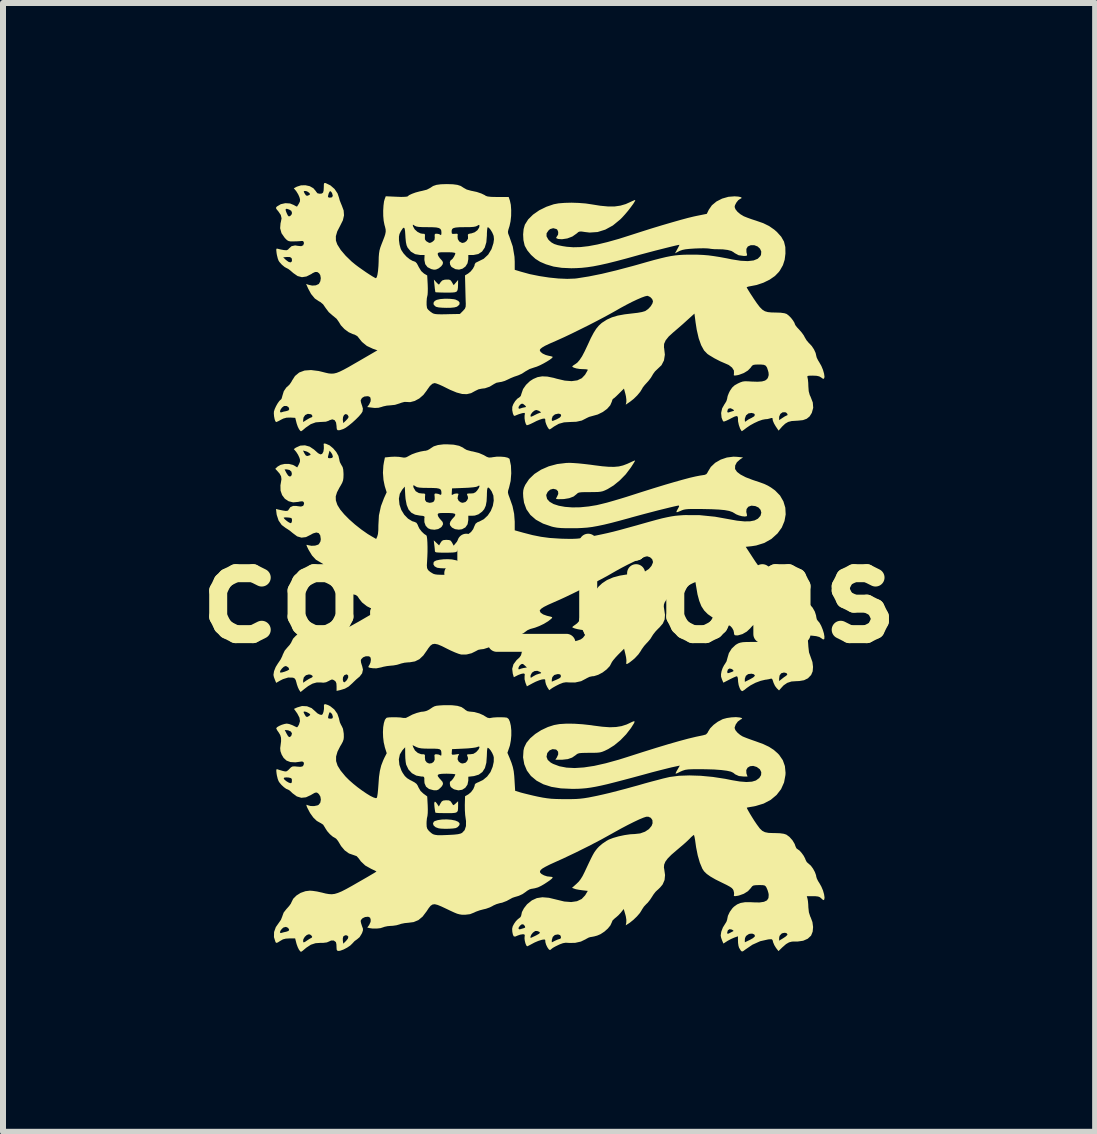
<source format=kicad_pcb>
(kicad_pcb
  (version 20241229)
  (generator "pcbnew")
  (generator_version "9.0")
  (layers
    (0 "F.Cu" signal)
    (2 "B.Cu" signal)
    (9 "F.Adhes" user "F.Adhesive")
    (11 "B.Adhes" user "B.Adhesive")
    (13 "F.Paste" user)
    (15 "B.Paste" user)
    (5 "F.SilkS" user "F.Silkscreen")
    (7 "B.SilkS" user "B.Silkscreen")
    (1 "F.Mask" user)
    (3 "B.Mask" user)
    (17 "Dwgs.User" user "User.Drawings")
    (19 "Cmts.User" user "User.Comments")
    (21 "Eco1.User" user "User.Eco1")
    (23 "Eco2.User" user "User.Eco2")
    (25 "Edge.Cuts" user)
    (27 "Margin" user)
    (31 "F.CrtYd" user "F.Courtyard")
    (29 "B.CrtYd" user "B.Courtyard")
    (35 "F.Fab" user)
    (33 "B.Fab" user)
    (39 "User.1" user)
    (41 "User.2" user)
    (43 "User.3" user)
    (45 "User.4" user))
  (footprint "coat_lions"
    (layer "F.Cu")
    (at 6.103 6.832)
    (property "Reference" "coat_lions" (at 0 0 0) (layer "F.SilkS") (effects (font (size 1.524 1.524) (thickness 0.3))))
    (attr board_only exclude_from_pos_files exclude_from_bom)
    (fp_poly (pts (xy -1.659 -4.901) (xy -1.588 -4.894) (xy -1.56 -4.888) (xy -1.512 -4.865) (xy -1.49 -4.835) (xy -1.496 -4.802) (xy -1.531 -4.772) (xy -1.541 -4.767) (xy -1.579 -4.757) (xy -1.639 -4.751) (xy -1.708 -4.75) (xy -1.778 -4.752) (xy -1.84 -4.757) (xy -1.882 -4.767) (xy -1.887 -4.769) (xy -1.921 -4.798) (xy -1.927 -4.832) (xy -1.907 -4.864) (xy -1.872 -4.883) (xy -1.814 -4.896) (xy -1.739 -4.902)) (stroke (width 0) (type solid)) (fill yes) (layer "F.SilkS"))
    (fp_poly (pts (xy -1.63 3.784) (xy -1.564 3.797) (xy -1.517 3.817) (xy -1.514 3.819) (xy -1.492 3.843) (xy -1.493 3.868) (xy -1.499 3.88) (xy -1.527 3.909) (xy -1.556 3.923) (xy -1.603 3.93) (xy -1.667 3.934) (xy -1.738 3.935) (xy -1.802 3.932) (xy -1.84 3.927) (xy -1.89 3.909) (xy -1.923 3.881) (xy -1.935 3.849) (xy -1.923 3.82) (xy -1.907 3.807) (xy -1.854 3.79) (xy -1.784 3.78) (xy -1.706 3.778)) (stroke (width 0) (type solid)) (fill yes) (layer "F.SilkS"))
    (fp_poly (pts (xy -1.619 -0.556) (xy -1.615 -0.555) (xy -1.542 -0.54) (xy -1.499 -0.518) (xy -1.486 -0.489) (xy -1.502 -0.455) (xy -1.517 -0.44) (xy -1.541 -0.425) (xy -1.577 -0.415) (xy -1.633 -0.41) (xy -1.683 -0.407) (xy -1.751 -0.407) (xy -1.813 -0.41) (xy -1.858 -0.416) (xy -1.867 -0.418) (xy -1.908 -0.441) (xy -1.928 -0.474) (xy -1.924 -0.508) (xy -1.914 -0.521) (xy -1.882 -0.538) (xy -1.828 -0.55) (xy -1.76 -0.558) (xy -1.688 -0.56)) (stroke (width 0) (type solid)) (fill yes) (layer "F.SilkS"))
    (fp_poly (pts (xy -1.665 -0.879) (xy -1.639 -0.868) (xy -1.62 -0.841) (xy -1.615 -0.833) (xy -1.59 -0.785) (xy -1.554 -0.829) (xy -1.517 -0.874) (xy -1.517 -0.804) (xy -1.517 -0.75) (xy -1.521 -0.712) (xy -1.534 -0.689) (xy -1.562 -0.676) (xy -1.608 -0.671) (xy -1.677 -0.669) (xy -1.718 -0.669) (xy -1.797 -0.669) (xy -1.849 -0.671) (xy -1.881 -0.674) (xy -1.897 -0.681) (xy -1.902 -0.691) (xy -1.903 -0.695) (xy -1.905 -0.727) (xy -1.91 -0.774) (xy -1.913 -0.798) (xy -1.922 -0.874) (xy -1.833 -0.79) (xy -1.807 -0.836) (xy -1.786 -0.865) (xy -1.76 -0.878) (xy -1.716 -0.882) (xy -1.71 -0.882)) (stroke (width 0) (type solid)) (fill yes) (layer "F.SilkS"))
    (fp_poly (pts (xy -1.668 -5.221) (xy -1.642 -5.21) (xy -1.621 -5.182) (xy -1.618 -5.176) (xy -1.59 -5.128) (xy -1.553 -5.171) (xy -1.516 -5.215) (xy -1.517 -5.14) (xy -1.519 -5.084) (xy -1.525 -5.046) (xy -1.539 -5.022) (xy -1.568 -5.01) (xy -1.616 -5.005) (xy -1.689 -5.004) (xy -1.715 -5.004) (xy -1.785 -5.005) (xy -1.842 -5.007) (xy -1.881 -5.009) (xy -1.895 -5.012) (xy -1.898 -5.03) (xy -1.904 -5.07) (xy -1.909 -5.12) (xy -1.92 -5.221) (xy -1.879 -5.176) (xy -1.853 -5.15) (xy -1.837 -5.138) (xy -1.835 -5.138) (xy -1.824 -5.153) (xy -1.805 -5.181) (xy -1.779 -5.207) (xy -1.74 -5.219) (xy -1.713 -5.221)) (stroke (width 0) (type solid)) (fill yes) (layer "F.SilkS"))
    (fp_poly (pts (xy -1.671 3.461) (xy -1.644 3.474) (xy -1.627 3.496) (xy -1.608 3.526) (xy -1.598 3.541) (xy -1.585 3.536) (xy -1.559 3.516) (xy -1.555 3.511) (xy -1.516 3.475) (xy -1.516 3.544) (xy -1.517 3.597) (xy -1.521 3.634) (xy -1.535 3.656) (xy -1.563 3.668) (xy -1.61 3.673) (xy -1.681 3.674) (xy -1.712 3.674) (xy -1.782 3.673) (xy -1.841 3.672) (xy -1.88 3.669) (xy -1.894 3.666) (xy -1.899 3.648) (xy -1.905 3.608) (xy -1.91 3.569) (xy -1.914 3.513) (xy -1.908 3.485) (xy -1.892 3.486) (xy -1.867 3.517) (xy -1.864 3.522) (xy -1.837 3.563) (xy -1.81 3.512) (xy -1.789 3.479) (xy -1.764 3.464) (xy -1.721 3.459) (xy -1.717 3.459)) (stroke (width 0) (type solid)) (fill yes) (layer "F.SilkS"))
    (fp_poly (pts (xy -3.719 -2.484) (xy -3.658 -2.457) (xy -3.599 -2.408) (xy -3.547 -2.347) (xy -3.511 -2.282) (xy -3.496 -2.219) (xy -3.496 -2.215) (xy -3.487 -2.178) (xy -3.465 -2.136) (xy -3.461 -2.129) (xy -3.441 -2.095) (xy -3.431 -2.054) (xy -3.427 -1.998) (xy -3.426 -1.972) (xy -3.428 -1.915) (xy -3.434 -1.872) (xy -3.449 -1.832) (xy -3.476 -1.783) (xy -3.492 -1.757) (xy -3.535 -1.675) (xy -3.556 -1.606) (xy -3.554 -1.54) (xy -3.531 -1.47) (xy -3.524 -1.456) (xy -3.481 -1.387) (xy -3.415 -1.308) (xy -3.331 -1.223) (xy -3.235 -1.138) (xy -3.13 -1.055) (xy -3.023 -0.98) (xy -2.953 -0.938) (xy -2.882 -0.897) (xy -2.863 -0.94) (xy -2.852 -0.98) (xy -2.846 -1.045) (xy -2.845 -1.124) (xy -2.836 -1.29) (xy -2.802 -1.445) (xy -2.755 -1.568) (xy -2.503 -1.568) (xy -2.493 -1.47) (xy -2.493 -1.47) (xy -2.463 -1.381) (xy -2.414 -1.301) (xy -2.351 -1.236) (xy -2.281 -1.193) (xy -2.241 -1.181) (xy -2.21 -1.166) (xy -2.189 -1.132) (xy -2.183 -1.114) (xy -2.161 -1.069) (xy -2.124 -1.021) (xy -2.081 -0.98) (xy -2.045 -0.957) (xy -2.038 -0.94) (xy -2.032 -0.897) (xy -2.028 -0.837) (xy -2.026 -0.763) (xy -2.026 -0.682) (xy -2.029 -0.601) (xy -2.033 -0.526) (xy -2.037 -0.458) (xy -2.033 -0.411) (xy -2.016 -0.378) (xy -1.984 -0.35) (xy -1.951 -0.329) (xy -1.926 -0.315) (xy -1.898 -0.307) (xy -1.86 -0.302) (xy -1.805 -0.3) (xy -1.728 -0.3) (xy -1.703 -0.3) (xy -1.615 -0.302) (xy -1.552 -0.306) (xy -1.509 -0.312) (xy -1.479 -0.321) (xy -1.465 -0.329) (xy -1.429 -0.362) (xy -1.399 -0.405) (xy -1.398 -0.406) (xy -1.385 -0.436) (xy -1.38 -0.467) (xy -1.382 -0.509) (xy -1.39 -0.572) (xy -1.399 -0.648) (xy -1.403 -0.736) (xy -1.402 -0.817) (xy -1.402 -0.817) (xy -1.398 -0.881) (xy -1.393 -0.922) (xy -1.383 -0.946) (xy -1.368 -0.963) (xy -1.351 -0.974) (xy -1.3 -1.013) (xy -1.265 -1.06) (xy -1.245 -1.109) (xy -1.225 -1.151) (xy -1.193 -1.176) (xy -1.163 -1.187) (xy -1.087 -1.227) (xy -1.022 -1.288) (xy -0.971 -1.364) (xy -0.937 -1.449) (xy -0.922 -1.536) (xy -0.928 -1.62) (xy -0.956 -1.689) (xy -0.988 -1.735) (xy -1.01 -1.755) (xy -1.025 -1.748) (xy -1.033 -1.712) (xy -1.036 -1.647) (xy -1.036 -1.626) (xy -1.041 -1.526) (xy -1.055 -1.451) (xy -1.081 -1.393) (xy -1.116 -1.352) (xy -1.176 -1.308) (xy -1.237 -1.287) (xy -1.283 -1.284) (xy -1.346 -1.284) (xy -1.346 -1.213) (xy -1.358 -1.142) (xy -1.394 -1.09) (xy -1.451 -1.059) (xy -1.505 -1.052) (xy -1.568 -1.061) (xy -1.618 -1.087) (xy -1.649 -1.124) (xy -1.655 -1.152) (xy -1.645 -1.186) (xy -1.618 -1.225) (xy -1.609 -1.235) (xy -1.574 -1.273) (xy -1.561 -1.3) (xy -1.571 -1.317) (xy -1.607 -1.326) (xy -1.67 -1.33) (xy -1.709 -1.33) (xy -1.778 -1.33) (xy -1.821 -1.328) (xy -1.844 -1.323) (xy -1.854 -1.313) (xy -1.856 -1.299) (xy -1.856 -1.298) (xy -1.845 -1.267) (xy -1.819 -1.231) (xy -1.81 -1.222) (xy -1.774 -1.18) (xy -1.766 -1.144) (xy -1.786 -1.106) (xy -1.801 -1.09) (xy -1.848 -1.062) (xy -1.909 -1.051) (xy -1.972 -1.057) (xy -2.018 -1.076) (xy -2.057 -1.118) (xy -2.078 -1.176) (xy -2.079 -1.236) (xy -2.075 -1.261) (xy -2.082 -1.275) (xy -2.106 -1.282) (xy -2.154 -1.287) (xy -2.234 -1.302) (xy -2.296 -1.335) (xy -2.342 -1.388) (xy -2.373 -1.463) (xy -2.392 -1.564) (xy -2.397 -1.623) (xy -2.405 -1.77) (xy -2.447 -1.72) (xy -2.488 -1.65) (xy -2.503 -1.568) (xy -2.755 -1.568) (xy -2.754 -1.572) (xy -2.707 -1.675) (xy -2.738 -1.775) (xy -2.741 -1.787) (xy -2.265 -1.787) (xy -2.26 -1.758) (xy -2.256 -1.748) (xy -2.223 -1.693) (xy -2.17 -1.662) (xy -2.117 -1.655) (xy -2.079 -1.654) (xy -2.065 -1.643) (xy -2.066 -1.615) (xy -2.068 -1.601) (xy -2.067 -1.547) (xy -2.044 -1.514) (xy -1.998 -1.501) (xy -1.988 -1.5) (xy -1.947 -1.507) (xy -1.918 -1.524) (xy -1.918 -1.524) (xy -1.906 -1.559) (xy -1.907 -1.601) (xy -1.911 -1.637) (xy -1.903 -1.653) (xy -1.885 -1.655) (xy -1.845 -1.648) (xy -1.824 -1.639) (xy -1.803 -1.632) (xy -1.798 -1.641) (xy -1.623 -1.641) (xy -1.618 -1.629) (xy -1.607 -1.636) (xy -1.577 -1.65) (xy -1.544 -1.655) (xy -1.515 -1.653) (xy -1.51 -1.639) (xy -1.518 -1.617) (xy -1.525 -1.572) (xy -1.506 -1.532) (xy -1.469 -1.506) (xy -1.439 -1.5) (xy -1.393 -1.513) (xy -1.367 -1.54) (xy -1.35 -1.576) (xy -1.355 -1.609) (xy -1.359 -1.617) (xy -1.368 -1.641) (xy -1.362 -1.652) (xy -1.335 -1.655) (xy -1.308 -1.655) (xy -1.26 -1.659) (xy -1.226 -1.676) (xy -1.2 -1.703) (xy -1.175 -1.739) (xy -1.161 -1.768) (xy -1.16 -1.786) (xy -1.173 -1.786) (xy -1.186 -1.777) (xy -1.213 -1.766) (xy -1.266 -1.758) (xy -1.347 -1.751) (xy -1.414 -1.748) (xy -1.617 -1.74) (xy -1.621 -1.678) (xy -1.623 -1.641) (xy -1.798 -1.641) (xy -1.795 -1.645) (xy -1.794 -1.667) (xy -1.797 -1.699) (xy -1.808 -1.722) (xy -1.833 -1.736) (xy -1.875 -1.744) (xy -1.939 -1.747) (xy -2.011 -1.748) (xy -2.098 -1.749) (xy -2.159 -1.753) (xy -2.198 -1.76) (xy -2.221 -1.771) (xy -2.252 -1.791) (xy -2.265 -1.787) (xy -2.741 -1.787) (xy -2.76 -1.881) (xy -2.769 -2.001) (xy -2.762 -2.119) (xy -2.752 -2.179) (xy -2.736 -2.256) (xy -2.64 -2.266) (xy -2.573 -2.269) (xy -2.504 -2.266) (xy -2.469 -2.261) (xy -2.419 -2.253) (xy -2.385 -2.257) (xy -2.35 -2.274) (xy -2.337 -2.282) (xy -2.285 -2.309) (xy -2.217 -2.334) (xy -2.144 -2.354) (xy -2.08 -2.366) (xy -2.06 -2.367) (xy -2.024 -2.377) (xy -1.983 -2.4) (xy -1.978 -2.405) (xy -1.922 -2.441) (xy -1.852 -2.463) (xy -1.761 -2.474) (xy -1.705 -2.475) (xy -1.59 -2.469) (xy -1.499 -2.45) (xy -1.433 -2.419) (xy -1.419 -2.407) (xy -1.373 -2.381) (xy -1.298 -2.36) (xy -1.268 -2.355) (xy -1.169 -2.33) (xy -1.088 -2.295) (xy -1.081 -2.291) (xy -1.036 -2.265) (xy -1.001 -2.254) (xy -0.963 -2.256) (xy -0.934 -2.261) (xy -0.871 -2.269) (xy -0.804 -2.269) (xy -0.742 -2.264) (xy -0.693 -2.253) (xy -0.663 -2.237) (xy -0.658 -2.23) (xy -0.635 -2.118) (xy -0.63 -1.992) (xy -0.64 -1.864) (xy -0.668 -1.747) (xy -0.672 -1.736) (xy -0.683 -1.699) (xy -0.685 -1.669) (xy -0.676 -1.633) (xy -0.657 -1.582) (xy -0.609 -1.445) (xy -0.582 -1.317) (xy -0.572 -1.185) (xy -0.572 -1.175) (xy -0.572 -1.041) (xy -0.429 -1.001) (xy -0.274 -0.961) (xy -0.133 -0.933) (xy 0.008 -0.914) (xy 0.162 -0.904) (xy 0.217 -0.901) (xy 0.316 -0.899) (xy 0.396 -0.899) (xy 0.465 -0.902) (xy 0.535 -0.91) (xy 0.615 -0.923) (xy 0.681 -0.935) (xy 0.782 -0.954) (xy 0.878 -0.974) (xy 0.974 -0.995) (xy 1.074 -1.019) (xy 1.185 -1.048) (xy 1.312 -1.083) (xy 1.461 -1.124) (xy 1.531 -1.144) (xy 1.673 -1.184) (xy 1.789 -1.216) (xy 1.885 -1.241) (xy 1.967 -1.259) (xy 2.038 -1.273) (xy 2.103 -1.283) (xy 2.168 -1.289) (xy 2.238 -1.294) (xy 2.267 -1.295) (xy 2.509 -1.294) (xy 2.767 -1.268) (xy 2.99 -1.228) (xy 3.135 -1.202) (xy 3.255 -1.19) (xy 3.351 -1.191) (xy 3.426 -1.206) (xy 3.482 -1.235) (xy 3.521 -1.279) (xy 3.526 -1.286) (xy 3.539 -1.336) (xy 3.526 -1.383) (xy 3.492 -1.421) (xy 3.44 -1.445) (xy 3.377 -1.452) (xy 3.37 -1.451) (xy 3.322 -1.434) (xy 3.293 -1.396) (xy 3.288 -1.347) (xy 3.294 -1.325) (xy 3.301 -1.289) (xy 3.294 -1.276) (xy 3.264 -1.271) (xy 3.216 -1.276) (xy 3.164 -1.29) (xy 3.117 -1.309) (xy 3.097 -1.322) (xy 3.058 -1.345) (xy 3.004 -1.364) (xy 2.929 -1.378) (xy 2.833 -1.387) (xy 2.711 -1.393) (xy 2.561 -1.396) (xy 2.56 -1.396) (xy 2.456 -1.397) (xy 2.378 -1.397) (xy 2.32 -1.395) (xy 2.278 -1.391) (xy 2.245 -1.385) (xy 2.218 -1.376) (xy 2.193 -1.365) (xy 2.146 -1.346) (xy 2.125 -1.343) (xy 2.125 -1.359) (xy 2.146 -1.397) (xy 2.15 -1.404) (xy 2.168 -1.438) (xy 2.166 -1.453) (xy 2.16 -1.454) (xy 2.135 -1.45) (xy 2.085 -1.439) (xy 2.013 -1.422) (xy 1.924 -1.4) (xy 1.822 -1.375) (xy 1.711 -1.346) (xy 1.596 -1.316) (xy 1.481 -1.285) (xy 1.371 -1.255) (xy 1.344 -1.247) (xy 1.179 -1.202) (xy 1.039 -1.165) (xy 0.919 -1.136) (xy 0.814 -1.114) (xy 0.72 -1.097) (xy 0.633 -1.086) (xy 0.546 -1.08) (xy 0.456 -1.076) (xy 0.394 -1.076) (xy 0.286 -1.076) (xy 0.201 -1.079) (xy 0.134 -1.085) (xy 0.079 -1.095) (xy 0.046 -1.103) (xy -0.1 -1.153) (xy -0.219 -1.218) (xy -0.311 -1.298) (xy -0.377 -1.392) (xy -0.417 -1.502) (xy -0.43 -1.596) (xy -0.433 -1.662) (xy -0.429 -1.709) (xy -0.418 -1.751) (xy -0.397 -1.798) (xy -0.396 -1.8) (xy -0.332 -1.896) (xy -0.243 -1.981) (xy -0.133 -2.052) (xy -0.005 -2.108) (xy 0.136 -2.146) (xy 0.286 -2.164) (xy 0.342 -2.166) (xy 0.405 -2.163) (xy 0.489 -2.157) (xy 0.586 -2.147) (xy 0.688 -2.135) (xy 0.753 -2.126) (xy 0.887 -2.109) (xy 0.996 -2.1) (xy 1.086 -2.099) (xy 1.164 -2.106) (xy 1.234 -2.123) (xy 1.303 -2.149) (xy 1.338 -2.165) (xy 1.385 -2.187) (xy 1.42 -2.202) (xy 1.435 -2.205) (xy 1.429 -2.191) (xy 1.409 -2.158) (xy 1.379 -2.111) (xy 1.361 -2.084) (xy 1.278 -1.974) (xy 1.18 -1.874) (xy 1.076 -1.789) (xy 0.976 -1.728) (xy 0.932 -1.707) (xy 0.896 -1.693) (xy 0.859 -1.685) (xy 0.814 -1.68) (xy 0.753 -1.679) (xy 0.681 -1.678) (xy 0.6 -1.678) (xy 0.544 -1.676) (xy 0.507 -1.672) (xy 0.484 -1.665) (xy 0.469 -1.654) (xy 0.46 -1.645) (xy 0.41 -1.605) (xy 0.337 -1.577) (xy 0.247 -1.562) (xy 0.158 -1.56) (xy 0.124 -1.563) (xy 0.116 -1.572) (xy 0.129 -1.594) (xy 0.131 -1.597) (xy 0.154 -1.648) (xy 0.15 -1.691) (xy 0.121 -1.721) (xy 0.07 -1.733) (xy 0.068 -1.733) (xy 0.019 -1.719) (xy -0.022 -1.683) (xy -0.045 -1.636) (xy -0.046 -1.618) (xy -0.032 -1.563) (xy 0.01 -1.517) (xy 0.075 -1.479) (xy 0.162 -1.451) (xy 0.267 -1.432) (xy 0.387 -1.423) (xy 0.519 -1.425) (xy 0.661 -1.439) (xy 0.795 -1.461) (xy 0.87 -1.479) (xy 0.967 -1.503) (xy 1.075 -1.534) (xy 1.187 -1.567) (xy 1.292 -1.599) (xy 1.532 -1.676) (xy 1.745 -1.743) (xy 1.931 -1.8) (xy 2.092 -1.847) (xy 2.231 -1.886) (xy 2.347 -1.917) (xy 2.442 -1.939) (xy 2.519 -1.954) (xy 2.547 -1.958) (xy 2.596 -1.966) (xy 2.624 -1.979) (xy 2.641 -2.003) (xy 2.647 -2.016) (xy 2.697 -2.098) (xy 2.77 -2.167) (xy 2.862 -2.22) (xy 2.965 -2.255) (xy 3.075 -2.269) (xy 3.136 -2.266) (xy 3.234 -2.256) (xy 3.183 -2.222) (xy 3.131 -2.175) (xy 3.103 -2.121) (xy 3.101 -2.068) (xy 3.104 -2.059) (xy 3.134 -2.015) (xy 3.192 -1.971) (xy 3.278 -1.926) (xy 3.387 -1.884) (xy 3.419 -1.873) (xy 3.515 -1.841) (xy 3.589 -1.814) (xy 3.648 -1.786) (xy 3.7 -1.755) (xy 3.753 -1.717) (xy 3.77 -1.704) (xy 3.851 -1.621) (xy 3.907 -1.524) (xy 3.939 -1.418) (xy 3.945 -1.306) (xy 3.925 -1.195) (xy 3.88 -1.087) (xy 3.81 -0.99) (xy 3.707 -0.897) (xy 3.588 -0.83) (xy 3.453 -0.788) (xy 3.376 -0.776) (xy 3.279 -0.766) (xy 3.401 -0.579) (xy 3.447 -0.509) (xy 3.491 -0.448) (xy 3.528 -0.4) (xy 3.554 -0.37) (xy 3.559 -0.366) (xy 3.59 -0.352) (xy 3.637 -0.344) (xy 3.706 -0.34) (xy 3.728 -0.34) (xy 3.797 -0.338) (xy 3.861 -0.333) (xy 3.909 -0.326) (xy 3.916 -0.324) (xy 3.971 -0.297) (xy 4.026 -0.248) (xy 4.074 -0.188) (xy 4.099 -0.14) (xy 4.125 -0.095) (xy 4.164 -0.05) (xy 4.175 -0.039) (xy 4.216 0.006) (xy 4.251 0.061) (xy 4.258 0.075) (xy 4.29 0.129) (xy 4.332 0.18) (xy 4.343 0.191) (xy 4.393 0.247) (xy 4.431 0.314) (xy 4.452 0.38) (xy 4.455 0.404) (xy 4.464 0.443) (xy 4.479 0.465) (xy 4.509 0.5) (xy 4.538 0.553) (xy 4.563 0.615) (xy 4.582 0.677) (xy 4.591 0.731) (xy 4.589 0.769) (xy 4.586 0.774) (xy 4.568 0.778) (xy 4.541 0.759) (xy 4.506 0.737) (xy 4.453 0.723) (xy 4.401 0.717) (xy 4.296 0.707) (xy 4.308 0.752) (xy 4.315 0.791) (xy 4.32 0.848) (xy 4.323 0.898) (xy 4.334 0.994) (xy 4.363 1.076) (xy 4.391 1.155) (xy 4.401 1.236) (xy 4.395 1.31) (xy 4.37 1.369) (xy 4.368 1.372) (xy 4.316 1.426) (xy 4.251 1.458) (xy 4.169 1.472) (xy 4.133 1.473) (xy 4.042 1.479) (xy 3.971 1.502) (xy 3.911 1.543) (xy 3.882 1.574) (xy 3.834 1.628) (xy 3.796 1.591) (xy 3.767 1.553) (xy 3.743 1.502) (xy 3.739 1.489) (xy 3.725 1.447) (xy 3.71 1.431) (xy 3.836 1.431) (xy 3.836 1.472) (xy 3.881 1.436) (xy 3.918 1.407) (xy 3.951 1.385) (xy 3.953 1.384) (xy 3.972 1.363) (xy 3.964 1.344) (xy 3.934 1.332) (xy 3.913 1.33) (xy 3.869 1.343) (xy 3.843 1.38) (xy 3.836 1.431) (xy 3.71 1.431) (xy 3.71 1.431) (xy 3.698 1.432) (xy 3.668 1.44) (xy 3.623 1.448) (xy 3.604 1.45) (xy 3.528 1.468) (xy 3.442 1.5) (xy 3.36 1.543) (xy 3.294 1.589) (xy 3.292 1.591) (xy 3.256 1.62) (xy 3.228 1.637) (xy 3.22 1.64) (xy 3.198 1.626) (xy 3.178 1.589) (xy 3.161 1.539) (xy 3.152 1.484) (xy 3.151 1.467) (xy 3.149 1.441) (xy 3.264 1.441) (xy 3.264 1.485) (xy 3.349 1.443) (xy 3.403 1.412) (xy 3.429 1.387) (xy 3.431 1.377) (xy 3.413 1.358) (xy 3.375 1.349) (xy 3.319 1.356) (xy 3.281 1.385) (xy 3.264 1.433) (xy 3.264 1.441) (xy 3.149 1.441) (xy 3.146 1.416) (xy 3.135 1.393) (xy 3.131 1.392) (xy 3.108 1.399) (xy 3.067 1.417) (xy 3.016 1.442) (xy 3.009 1.446) (xy 2.906 1.499) (xy 2.882 1.442) (xy 2.868 1.399) (xy 2.867 1.357) (xy 2.874 1.318) (xy 2.97 1.318) (xy 2.976 1.34) (xy 2.997 1.338) (xy 3.036 1.324) (xy 3.051 1.319) (xy 3.075 1.306) (xy 3.07 1.289) (xy 3.046 1.271) (xy 3.01 1.262) (xy 2.982 1.279) (xy 2.97 1.317) (xy 2.97 1.318) (xy 2.874 1.318) (xy 2.876 1.307) (xy 2.894 1.254) (xy 2.919 1.206) (xy 2.93 1.191) (xy 2.959 1.143) (xy 2.975 1.084) (xy 2.998 1.006) (xy 3.045 0.931) (xy 3.108 0.871) (xy 3.133 0.855) (xy 3.162 0.84) (xy 3.192 0.831) (xy 3.231 0.824) (xy 3.284 0.821) (xy 3.359 0.82) (xy 3.392 0.82) (xy 3.474 0.82) (xy 3.531 0.818) (xy 3.569 0.814) (xy 3.594 0.807) (xy 3.613 0.796) (xy 3.63 0.78) (xy 3.656 0.749) (xy 3.664 0.717) (xy 3.66 0.677) (xy 3.646 0.624) (xy 3.627 0.576) (xy 3.624 0.57) (xy 3.606 0.545) (xy 3.586 0.532) (xy 3.552 0.527) (xy 3.503 0.526) (xy 3.45 0.527) (xy 3.416 0.534) (xy 3.391 0.551) (xy 3.362 0.583) (xy 3.357 0.59) (xy 3.297 0.647) (xy 3.224 0.689) (xy 3.15 0.71) (xy 3.131 0.711) (xy 3.098 0.708) (xy 3.085 0.691) (xy 3.083 0.665) (xy 3.074 0.626) (xy 3.051 0.585) (xy 3.021 0.553) (xy 2.994 0.541) (xy 2.975 0.535) (xy 2.933 0.517) (xy 2.877 0.491) (xy 2.819 0.463) (xy 2.723 0.41) (xy 2.646 0.356) (xy 2.586 0.295) (xy 2.539 0.223) (xy 2.504 0.135) (xy 2.475 0.027) (xy 2.452 -0.108) (xy 2.448 -0.131) (xy 2.438 -0.2) (xy 2.429 -0.257) (xy 2.422 -0.295) (xy 2.419 -0.308) (xy 2.407 -0.302) (xy 2.385 -0.278) (xy 2.384 -0.277) (xy 2.36 -0.251) (xy 2.318 -0.212) (xy 2.266 -0.166) (xy 2.234 -0.139) (xy 2.133 -0.054) (xy 2.054 0.016) (xy 1.995 0.072) (xy 1.954 0.119) (xy 1.928 0.16) (xy 1.915 0.196) (xy 1.913 0.232) (xy 1.919 0.271) (xy 1.919 0.272) (xy 1.933 0.367) (xy 1.927 0.445) (xy 1.897 0.513) (xy 1.841 0.578) (xy 1.82 0.598) (xy 1.776 0.644) (xy 1.736 0.695) (xy 1.72 0.72) (xy 1.689 0.77) (xy 1.646 0.821) (xy 1.629 0.838) (xy 1.586 0.886) (xy 1.544 0.944) (xy 1.53 0.969) (xy 1.49 1.027) (xy 1.433 1.088) (xy 1.399 1.118) (xy 1.344 1.161) (xy 1.308 1.184) (xy 1.29 1.188) (xy 1.286 1.173) (xy 1.289 1.157) (xy 1.29 1.124) (xy 1.284 1.074) (xy 1.274 1.028) (xy 1.251 0.933) (xy 1.152 1.032) (xy 1.107 1.08) (xy 1.07 1.124) (xy 1.047 1.156) (xy 1.043 1.165) (xy 1.013 1.222) (xy 0.96 1.278) (xy 0.893 1.329) (xy 0.819 1.368) (xy 0.749 1.39) (xy 0.72 1.392) (xy 0.674 1.402) (xy 0.627 1.425) (xy 0.621 1.429) (xy 0.535 1.474) (xy 0.434 1.496) (xy 0.343 1.495) (xy 0.282 1.492) (xy 0.233 1.5) (xy 0.177 1.522) (xy 0.172 1.524) (xy 0.118 1.551) (xy 0.068 1.579) (xy 0.046 1.593) (xy 0.003 1.624) (xy -0.03 1.572) (xy -0.051 1.527) (xy -0.062 1.483) (xy -0.062 1.478) (xy -0.064 1.45) (xy -0.067 1.448) (xy 0.046 1.448) (xy 0.046 1.482) (xy 0.124 1.449) (xy 0.171 1.427) (xy 0.194 1.407) (xy 0.198 1.386) (xy 0.198 1.385) (xy 0.188 1.363) (xy 0.163 1.356) (xy 0.14 1.356) (xy 0.087 1.371) (xy 0.055 1.406) (xy 0.046 1.448) (xy -0.067 1.448) (xy -0.077 1.441) (xy -0.108 1.444) (xy -0.12 1.446) (xy -0.164 1.459) (xy -0.221 1.482) (xy -0.273 1.508) (xy -0.369 1.56) (xy -0.393 1.5) (xy -0.408 1.442) (xy -0.408 1.397) (xy -0.309 1.397) (xy -0.307 1.414) (xy -0.296 1.414) (xy -0.269 1.396) (xy -0.264 1.393) (xy -0.217 1.367) (xy -0.169 1.351) (xy -0.137 1.343) (xy -0.131 1.334) (xy -0.148 1.32) (xy -0.196 1.301) (xy -0.244 1.306) (xy -0.284 1.332) (xy -0.307 1.374) (xy -0.309 1.397) (xy -0.408 1.397) (xy -0.408 1.393) (xy -0.404 1.36) (xy -0.415 1.347) (xy -0.432 1.346) (xy -0.466 1.353) (xy -0.512 1.37) (xy -0.526 1.377) (xy -0.587 1.408) (xy -0.605 1.346) (xy -0.614 1.27) (xy -0.511 1.27) (xy -0.502 1.278) (xy -0.492 1.274) (xy -0.464 1.264) (xy -0.423 1.254) (xy -0.421 1.254) (xy -0.369 1.245) (xy -0.406 1.211) (xy -0.433 1.188) (xy -0.454 1.186) (xy -0.476 1.2) (xy -0.497 1.222) (xy -0.509 1.248) (xy -0.511 1.27) (xy -0.614 1.27) (xy -0.614 1.266) (xy -0.593 1.192) (xy -0.542 1.124) (xy -0.526 1.109) (xy -0.49 1.075) (xy -0.468 1.043) (xy -0.464 1.03) (xy -0.454 0.988) (xy -0.427 0.935) (xy -0.389 0.88) (xy -0.353 0.841) (xy -0.284 0.785) (xy -0.213 0.749) (xy -0.135 0.733) (xy -0.045 0.736) (xy 0.062 0.758) (xy 0.115 0.772) (xy 0.21 0.797) (xy 0.285 0.813) (xy 0.346 0.818) (xy 0.403 0.814) (xy 0.462 0.8) (xy 0.477 0.796) (xy 0.529 0.777) (xy 0.565 0.751) (xy 0.597 0.709) (xy 0.603 0.699) (xy 0.649 0.626) (xy 0.583 0.623) (xy 0.532 0.617) (xy 0.477 0.607) (xy 0.43 0.595) (xy 0.397 0.582) (xy 0.387 0.574) (xy 0.399 0.56) (xy 0.428 0.539) (xy 0.433 0.536) (xy 0.47 0.508) (xy 0.507 0.465) (xy 0.547 0.405) (xy 0.591 0.322) (xy 0.642 0.215) (xy 0.658 0.181) (xy 0.714 0.064) (xy 0.768 -0.029) (xy 0.824 -0.101) (xy 0.885 -0.158) (xy 0.955 -0.205) (xy 0.973 -0.215) (xy 1.068 -0.256) (xy 1.18 -0.286) (xy 1.315 -0.308) (xy 1.408 -0.317) (xy 1.502 -0.329) (xy 1.578 -0.348) (xy 1.606 -0.359) (xy 1.664 -0.397) (xy 1.708 -0.448) (xy 1.731 -0.501) (xy 1.732 -0.52) (xy 1.719 -0.56) (xy 1.684 -0.592) (xy 1.639 -0.607) (xy 1.631 -0.607) (xy 1.601 -0.6) (xy 1.548 -0.58) (xy 1.478 -0.549) (xy 1.396 -0.51) (xy 1.306 -0.466) (xy 1.214 -0.418) (xy 1.123 -0.368) (xy 1.039 -0.32) (xy 1.036 -0.318) (xy 0.966 -0.278) (xy 0.873 -0.228) (xy 0.763 -0.171) (xy 0.643 -0.11) (xy 0.518 -0.048) (xy 0.395 0.013) (xy 0.278 0.069) (xy 0.174 0.117) (xy 0.089 0.154) (xy 0.085 0.156) (xy -0.014 0.2) (xy -0.086 0.236) (xy -0.131 0.266) (xy -0.153 0.291) (xy -0.155 0.3) (xy -0.14 0.332) (xy -0.098 0.361) (xy -0.034 0.384) (xy -0.017 0.388) (xy 0.03 0.399) (xy 0.051 0.407) (xy 0.051 0.418) (xy 0.037 0.434) (xy -0.015 0.475) (xy -0.086 0.518) (xy -0.163 0.555) (xy -0.234 0.582) (xy -0.259 0.589) (xy -0.313 0.604) (xy -0.359 0.624) (xy -0.377 0.637) (xy -0.427 0.674) (xy -0.486 0.705) (xy -0.541 0.724) (xy -0.566 0.727) (xy -0.605 0.737) (xy -0.647 0.761) (xy -0.652 0.765) (xy -0.713 0.802) (xy -0.787 0.828) (xy -0.846 0.835) (xy -0.88 0.844) (xy -0.923 0.865) (xy -0.937 0.874) (xy -1.011 0.913) (xy -1.09 0.938) (xy -1.142 0.944) (xy -1.181 0.952) (xy -1.22 0.973) (xy -1.291 1.008) (xy -1.375 1.029) (xy -1.459 1.03) (xy -1.467 1.029) (xy -1.509 1.017) (xy -1.569 0.994) (xy -1.639 0.963) (xy -1.696 0.935) (xy -1.785 0.89) (xy -1.852 0.862) (xy -1.904 0.851) (xy -1.945 0.858) (xy -1.979 0.883) (xy -2.013 0.926) (xy -2.033 0.957) (xy -2.096 1.046) (xy -2.162 1.108) (xy -2.235 1.144) (xy -2.321 1.159) (xy -2.349 1.16) (xy -2.409 1.166) (xy -2.469 1.18) (xy -2.485 1.186) (xy -2.535 1.201) (xy -2.598 1.212) (xy -2.637 1.215) (xy -2.701 1.222) (xy -2.764 1.234) (xy -2.795 1.243) (xy -2.878 1.26) (xy -2.938 1.258) (xy -2.987 1.251) (xy -3.01 1.242) (xy -3.01 1.226) (xy -2.993 1.2) (xy -2.993 1.2) (xy -2.977 1.163) (xy -2.97 1.119) (xy -2.975 1.081) (xy -2.994 1.063) (xy -3.008 1.059) (xy -3.054 1.058) (xy -3.099 1.076) (xy -3.13 1.106) (xy -3.138 1.127) (xy -3.134 1.164) (xy -3.12 1.21) (xy -3.117 1.216) (xy -3.102 1.28) (xy -3.116 1.343) (xy -3.158 1.398) (xy -3.174 1.411) (xy -3.213 1.444) (xy -3.258 1.487) (xy -3.277 1.506) (xy -3.34 1.563) (xy -3.404 1.599) (xy -3.479 1.622) (xy -3.542 1.636) (xy -3.542 1.561) (xy -3.545 1.512) (xy -3.556 1.482) (xy -3.579 1.462) (xy -3.595 1.453) (xy -3.438 1.453) (xy -3.427 1.487) (xy -3.41 1.493) (xy -3.383 1.47) (xy -3.367 1.45) (xy -3.348 1.412) (xy -3.349 1.38) (xy -3.369 1.362) (xy -3.378 1.361) (xy -3.414 1.375) (xy -3.435 1.41) (xy -3.438 1.453) (xy -3.595 1.453) (xy -3.605 1.448) (xy -3.628 1.448) (xy -3.661 1.464) (xy -3.673 1.471) (xy -3.717 1.492) (xy -3.762 1.499) (xy -3.808 1.495) (xy -3.876 1.496) (xy -3.943 1.515) (xy -4.016 1.556) (xy -4.078 1.603) (xy -4.142 1.655) (xy -4.168 1.616) (xy -4.186 1.578) (xy -4.204 1.526) (xy -4.21 1.501) (xy -4.223 1.456) (xy -4.099 1.456) (xy -4.099 1.5) (xy -4.044 1.462) (xy -4.002 1.436) (xy -3.965 1.418) (xy -3.958 1.415) (xy -3.94 1.401) (xy -3.945 1.383) (xy -3.969 1.367) (xy -4.003 1.361) (xy -4.053 1.375) (xy -4.088 1.41) (xy -4.099 1.456) (xy -4.223 1.456) (xy -4.224 1.454) (xy -4.24 1.429) (xy -4.264 1.417) (xy -4.272 1.415) (xy -4.349 1.413) (xy -4.436 1.44) (xy -4.483 1.464) (xy -4.549 1.502) (xy -4.571 1.448) (xy -4.587 1.405) (xy -4.594 1.371) (xy -4.594 1.367) (xy -4.587 1.322) (xy -4.486 1.322) (xy -4.477 1.331) (xy -4.447 1.327) (xy -4.409 1.316) (xy -4.365 1.299) (xy -4.337 1.283) (xy -4.332 1.275) (xy -4.344 1.247) (xy -4.375 1.226) (xy -4.395 1.222) (xy -4.422 1.234) (xy -4.453 1.263) (xy -4.478 1.297) (xy -4.486 1.322) (xy -4.587 1.322) (xy -4.584 1.306) (xy -4.557 1.238) (xy -4.518 1.175) (xy -4.51 1.164) (xy -4.475 1.112) (xy -4.446 1.053) (xy -4.441 1.036) (xy -4.407 0.965) (xy -4.361 0.91) (xy -4.325 0.87) (xy -4.299 0.831) (xy -4.292 0.815) (xy -4.267 0.765) (xy -4.22 0.715) (xy -4.16 0.672) (xy -4.096 0.642) (xy -4.094 0.642) (xy -4.02 0.624) (xy -3.958 0.62) (xy -3.894 0.631) (xy -3.878 0.635) (xy -3.76 0.665) (xy -3.667 0.681) (xy -3.594 0.683) (xy -3.555 0.678) (xy -3.523 0.666) (xy -3.469 0.641) (xy -3.398 0.605) (xy -3.315 0.56) (xy -3.224 0.509) (xy -3.177 0.483) (xy -2.865 0.302) (xy -2.935 0.276) (xy -3.036 0.225) (xy -3.117 0.161) (xy -3.165 0.1) (xy -3.193 0.058) (xy -3.222 0.037) (xy -3.263 0.027) (xy -3.265 0.027) (xy -3.34 0.002) (xy -3.411 -0.05) (xy -3.472 -0.124) (xy -3.481 -0.137) (xy -3.503 -0.174) (xy -3.522 -0.2) (xy -3.544 -0.225) (xy -3.574 -0.254) (xy -3.619 -0.294) (xy -3.639 -0.311) (xy -3.683 -0.355) (xy -3.721 -0.403) (xy -3.737 -0.432) (xy -3.771 -0.483) (xy -3.815 -0.509) (xy -3.885 -0.55) (xy -3.951 -0.621) (xy -4.008 -0.715) (xy -4.032 -0.764) (xy -4.043 -0.79) (xy -4.042 -0.8) (xy -4.028 -0.797) (xy -4.019 -0.794) (xy -3.96 -0.783) (xy -3.899 -0.786) (xy -3.85 -0.802) (xy -3.837 -0.811) (xy -3.811 -0.855) (xy -3.805 -0.893) (xy -3.814 -0.956) (xy -3.839 -0.994) (xy -3.88 -1.005) (xy -3.935 -0.989) (xy -3.972 -0.968) (xy -4.052 -0.928) (xy -4.127 -0.919) (xy -4.199 -0.94) (xy -4.269 -0.992) (xy -4.273 -0.995) (xy -4.321 -1.035) (xy -4.375 -1.071) (xy -4.385 -1.076) (xy -4.457 -1.13) (xy -4.509 -1.205) (xy -4.524 -1.251) (xy -4.424 -1.251) (xy -4.412 -1.232) (xy -4.384 -1.207) (xy -4.35 -1.181) (xy -4.319 -1.164) (xy -4.307 -1.16) (xy -4.29 -1.174) (xy -4.285 -1.205) (xy -4.287 -1.233) (xy -4.3 -1.247) (xy -4.333 -1.253) (xy -4.355 -1.255) (xy -4.396 -1.257) (xy -4.421 -1.253) (xy -4.424 -1.251) (xy -4.524 -1.251) (xy -4.539 -1.296) (xy -4.542 -1.313) (xy -4.552 -1.397) (xy -4.508 -1.386) (xy -4.436 -1.371) (xy -4.389 -1.364) (xy -4.36 -1.367) (xy -4.345 -1.378) (xy -4.34 -1.388) (xy -4.313 -1.427) (xy -4.266 -1.448) (xy -4.207 -1.447) (xy -4.193 -1.444) (xy -4.136 -1.437) (xy -4.099 -1.449) (xy -4.084 -1.481) (xy -4.084 -1.485) (xy -4.09 -1.513) (xy -4.112 -1.525) (xy -4.155 -1.521) (xy -4.181 -1.515) (xy -4.266 -1.507) (xy -4.342 -1.526) (xy -4.404 -1.567) (xy -4.45 -1.628) (xy -4.476 -1.703) (xy -4.478 -1.791) (xy -4.471 -1.831) (xy -4.461 -1.893) (xy -4.467 -1.941) (xy -4.492 -1.987) (xy -4.527 -2.027) (xy -4.555 -2.057) (xy -4.409 -2.057) (xy -4.377 -1.995) (xy -4.349 -1.953) (xy -4.321 -1.937) (xy -4.299 -1.947) (xy -4.287 -1.979) (xy -4.295 -2.019) (xy -4.327 -2.047) (xy -4.373 -2.057) (xy -4.409 -2.057) (xy -4.555 -2.057) (xy -4.564 -2.067) (xy -4.525 -2.104) (xy -4.474 -2.133) (xy -4.407 -2.148) (xy -4.336 -2.148) (xy -4.271 -2.132) (xy -4.25 -2.122) (xy -4.198 -2.09) (xy -4.17 -2.142) (xy -4.153 -2.183) (xy -4.152 -2.219) (xy -4.161 -2.25) (xy -4.168 -2.266) (xy -3.686 -2.266) (xy -3.683 -2.248) (xy -3.666 -2.243) (xy -3.649 -2.243) (xy -3.615 -2.249) (xy -3.604 -2.269) (xy -3.604 -2.272) (xy -3.614 -2.306) (xy -3.632 -2.335) (xy -3.659 -2.369) (xy -3.676 -2.306) (xy -3.686 -2.266) (xy -4.168 -2.266) (xy -4.185 -2.302) (xy -4.216 -2.35) (xy -4.217 -2.351) (xy -4.234 -2.371) (xy -4.102 -2.371) (xy -4.077 -2.322) (xy -4.055 -2.289) (xy -4.033 -2.28) (xy -4.017 -2.283) (xy -3.988 -2.293) (xy -3.976 -2.299) (xy -3.979 -2.314) (xy -4.001 -2.333) (xy -4.034 -2.352) (xy -4.058 -2.36) (xy -4.102 -2.371) (xy -4.234 -2.371) (xy -4.255 -2.395) (xy -4.22 -2.42) (xy -4.147 -2.453) (xy -4.069 -2.458) (xy -3.99 -2.436) (xy -3.917 -2.387) (xy -3.902 -2.373) (xy -3.85 -2.327) (xy -3.812 -2.307) (xy -3.784 -2.314) (xy -3.764 -2.348) (xy -3.761 -2.357) (xy -3.754 -2.407) (xy -3.755 -2.452) (xy -3.758 -2.482) (xy -3.747 -2.489)) (stroke (width 0) (type solid)) (fill yes) (layer "F.SilkS"))
    (fp_poly (pts (xy -3.722 -6.829) (xy -3.644 -6.791) (xy -3.576 -6.732) (xy -3.526 -6.658) (xy -3.502 -6.588) (xy -3.49 -6.543) (xy -3.468 -6.487) (xy -3.456 -6.459) (xy -3.424 -6.373) (xy -3.418 -6.292) (xy -3.437 -6.209) (xy -3.483 -6.117) (xy -3.483 -6.117) (xy -3.531 -6.024) (xy -3.554 -5.944) (xy -3.553 -5.871) (xy -3.53 -5.806) (xy -3.472 -5.714) (xy -3.39 -5.618) (xy -3.291 -5.522) (xy -3.229 -5.471) (xy -3.176 -5.431) (xy -3.115 -5.388) (xy -3.052 -5.344) (xy -2.991 -5.304) (xy -2.94 -5.272) (xy -2.903 -5.251) (xy -2.887 -5.244) (xy -2.873 -5.259) (xy -2.861 -5.3) (xy -2.851 -5.365) (xy -2.844 -5.448) (xy -2.841 -5.515) (xy -2.839 -5.597) (xy -2.834 -5.658) (xy -2.826 -5.708) (xy -2.812 -5.758) (xy -2.79 -5.817) (xy -2.778 -5.847) (xy -2.749 -5.922) (xy -2.743 -5.938) (xy -2.502 -5.938) (xy -2.502 -5.88) (xy -2.501 -5.87) (xy -2.492 -5.805) (xy -2.475 -5.743) (xy -2.463 -5.714) (xy -2.426 -5.658) (xy -2.376 -5.603) (xy -2.321 -5.559) (xy -2.271 -5.531) (xy -2.258 -5.528) (xy -2.228 -5.516) (xy -2.204 -5.491) (xy -2.179 -5.445) (xy -2.175 -5.435) (xy -2.131 -5.363) (xy -2.084 -5.321) (xy -2.031 -5.29) (xy -2.023 -5.139) (xy -2.021 -5.07) (xy -2.022 -5.009) (xy -2.025 -4.966) (xy -2.028 -4.953) (xy -2.037 -4.912) (xy -2.041 -4.856) (xy -2.041 -4.798) (xy -2.035 -4.752) (xy -2.032 -4.742) (xy -2.014 -4.718) (xy -1.98 -4.688) (xy -1.966 -4.678) (xy -1.943 -4.662) (xy -1.92 -4.652) (xy -1.891 -4.646) (xy -1.852 -4.643) (xy -1.795 -4.642) (xy -1.713 -4.643) (xy -1.698 -4.644) (xy -1.486 -4.648) (xy -1.435 -4.699) (xy -1.403 -4.735) (xy -1.39 -4.769) (xy -1.388 -4.816) (xy -1.388 -4.823) (xy -1.39 -4.867) (xy -1.392 -4.933) (xy -1.394 -5.012) (xy -1.396 -5.094) (xy -1.401 -5.291) (xy -1.35 -5.321) (xy -1.307 -5.356) (xy -1.269 -5.403) (xy -1.244 -5.45) (xy -1.238 -5.479) (xy -1.223 -5.502) (xy -1.182 -5.522) (xy -1.18 -5.523) (xy -1.089 -5.568) (xy -1.015 -5.637) (xy -0.959 -5.729) (xy -0.927 -5.828) (xy -0.918 -5.893) (xy -0.923 -5.945) (xy -0.928 -5.962) (xy -0.948 -6.008) (xy -0.975 -6.052) (xy -1.002 -6.084) (xy -1.022 -6.095) (xy -1.028 -6.08) (xy -1.033 -6.042) (xy -1.036 -5.987) (xy -1.036 -5.96) (xy -1.045 -5.844) (xy -1.072 -5.754) (xy -1.117 -5.688) (xy -1.179 -5.647) (xy -1.26 -5.631) (xy -1.274 -5.631) (xy -1.346 -5.631) (xy -1.346 -5.562) (xy -1.359 -5.493) (xy -1.393 -5.439) (xy -1.442 -5.403) (xy -1.5 -5.387) (xy -1.561 -5.395) (xy -1.62 -5.428) (xy -1.63 -5.437) (xy -1.649 -5.471) (xy -1.654 -5.509) (xy -1.643 -5.54) (xy -1.631 -5.548) (xy -1.608 -5.568) (xy -1.584 -5.604) (xy -1.566 -5.642) (xy -1.562 -5.661) (xy -1.577 -5.669) (xy -1.62 -5.675) (xy -1.688 -5.677) (xy -1.709 -5.677) (xy -1.778 -5.677) (xy -1.821 -5.675) (xy -1.844 -5.669) (xy -1.854 -5.66) (xy -1.856 -5.645) (xy -1.856 -5.645) (xy -1.846 -5.615) (xy -1.82 -5.577) (xy -1.808 -5.565) (xy -1.778 -5.53) (xy -1.768 -5.504) (xy -1.773 -5.477) (xy -1.796 -5.444) (xy -1.834 -5.413) (xy -1.843 -5.407) (xy -1.884 -5.389) (xy -1.918 -5.386) (xy -1.963 -5.396) (xy -2.026 -5.428) (xy -2.064 -5.478) (xy -2.078 -5.547) (xy -2.078 -5.564) (xy -2.075 -5.631) (xy -2.149 -5.631) (xy -2.232 -5.645) (xy -2.303 -5.687) (xy -2.358 -5.754) (xy -2.375 -5.793) (xy -2.386 -5.845) (xy -2.393 -5.916) (xy -2.395 -5.952) (xy -2.4 -6.026) (xy -2.407 -6.07) (xy -2.419 -6.087) (xy -2.436 -6.078) (xy -2.46 -6.043) (xy -2.472 -6.024) (xy -2.493 -5.981) (xy -2.502 -5.938) (xy -2.743 -5.938) (xy -2.731 -5.976) (xy -2.723 -6.018) (xy -2.724 -6.057) (xy -2.734 -6.101) (xy -2.743 -6.132) (xy -2.272 -6.132) (xy -2.267 -6.108) (xy -2.24 -6.059) (xy -2.194 -6.017) (xy -2.142 -5.991) (xy -2.114 -5.986) (xy -2.08 -5.984) (xy -2.068 -5.971) (xy -2.069 -5.937) (xy -2.07 -5.934) (xy -2.069 -5.892) (xy -2.05 -5.864) (xy -2.04 -5.857) (xy -2.008 -5.838) (xy -1.988 -5.832) (xy -1.964 -5.84) (xy -1.936 -5.857) (xy -1.91 -5.883) (xy -1.905 -5.92) (xy -1.906 -5.934) (xy -1.907 -5.97) (xy -1.897 -5.984) (xy -1.872 -5.986) (xy -1.834 -5.98) (xy -1.813 -5.968) (xy -1.801 -5.962) (xy -1.795 -5.98) (xy -1.794 -6.006) (xy -1.795 -6.017) (xy -1.624 -6.017) (xy -1.621 -5.991) (xy -1.606 -5.982) (xy -1.57 -5.984) (xy -1.534 -5.986) (xy -1.522 -5.977) (xy -1.524 -5.951) (xy -1.525 -5.943) (xy -1.521 -5.896) (xy -1.496 -5.856) (xy -1.455 -5.834) (xy -1.439 -5.832) (xy -1.405 -5.842) (xy -1.375 -5.864) (xy -1.351 -5.903) (xy -1.351 -5.94) (xy -1.354 -5.967) (xy -1.344 -5.981) (xy -1.313 -5.989) (xy -1.295 -5.991) (xy -1.239 -6.01) (xy -1.193 -6.045) (xy -1.165 -6.089) (xy -1.16 -6.115) (xy -1.163 -6.133) (xy -1.176 -6.131) (xy -1.195 -6.119) (xy -1.219 -6.108) (xy -1.257 -6.1) (xy -1.315 -6.096) (xy -1.397 -6.095) (xy -1.408 -6.095) (xy -1.494 -6.094) (xy -1.554 -6.089) (xy -1.592 -6.08) (xy -1.614 -6.065) (xy -1.623 -6.041) (xy -1.624 -6.017) (xy -1.795 -6.017) (xy -1.797 -6.04) (xy -1.81 -6.064) (xy -1.835 -6.08) (xy -1.879 -6.09) (xy -1.945 -6.094) (xy -2.03 -6.095) (xy -2.113 -6.096) (xy -2.171 -6.099) (xy -2.211 -6.106) (xy -2.237 -6.117) (xy -2.241 -6.12) (xy -2.266 -6.136) (xy -2.272 -6.132) (xy -2.743 -6.132) (xy -2.745 -6.141) (xy -2.757 -6.203) (xy -2.764 -6.282) (xy -2.765 -6.369) (xy -2.76 -6.453) (xy -2.751 -6.524) (xy -2.739 -6.565) (xy -2.722 -6.61) (xy -2.544 -6.602) (xy -2.463 -6.599) (xy -2.402 -6.601) (xy -2.365 -6.605) (xy -2.357 -6.609) (xy -2.332 -6.629) (xy -2.285 -6.651) (xy -2.225 -6.673) (xy -2.158 -6.691) (xy -2.116 -6.7) (xy -2.037 -6.72) (xy -1.98 -6.75) (xy -1.977 -6.752) (xy -1.933 -6.781) (xy -1.877 -6.8) (xy -1.803 -6.81) (xy -1.705 -6.813) (xy -1.702 -6.813) (xy -1.603 -6.81) (xy -1.528 -6.8) (xy -1.472 -6.782) (xy -1.427 -6.753) (xy -1.426 -6.752) (xy -1.372 -6.722) (xy -1.296 -6.701) (xy -1.289 -6.7) (xy -1.205 -6.682) (xy -1.128 -6.656) (xy -1.07 -6.628) (xy -1.055 -6.617) (xy -1.025 -6.607) (xy -0.965 -6.6) (xy -0.875 -6.598) (xy -0.852 -6.598) (xy -0.673 -6.598) (xy -0.652 -6.536) (xy -0.637 -6.467) (xy -0.631 -6.379) (xy -0.632 -6.283) (xy -0.642 -6.191) (xy -0.659 -6.113) (xy -0.662 -6.104) (xy -0.678 -6.053) (xy -0.685 -6.019) (xy -0.682 -5.991) (xy -0.669 -5.956) (xy -0.663 -5.942) (xy -0.605 -5.773) (xy -0.576 -5.602) (xy -0.572 -5.519) (xy -0.572 -5.384) (xy -0.47 -5.353) (xy -0.321 -5.312) (xy -0.162 -5.28) (xy 0.001 -5.255) (xy 0.159 -5.239) (xy 0.305 -5.233) (xy 0.432 -5.238) (xy 0.467 -5.242) (xy 0.662 -5.273) (xy 0.88 -5.317) (xy 1.122 -5.375) (xy 1.39 -5.446) (xy 1.466 -5.467) (xy 1.62 -5.511) (xy 1.749 -5.547) (xy 1.858 -5.575) (xy 1.95 -5.597) (xy 2.031 -5.613) (xy 2.104 -5.624) (xy 2.174 -5.631) (xy 2.245 -5.635) (xy 2.323 -5.637) (xy 2.374 -5.637) (xy 2.476 -5.636) (xy 2.567 -5.632) (xy 2.654 -5.625) (xy 2.744 -5.613) (xy 2.846 -5.597) (xy 2.965 -5.575) (xy 3.047 -5.558) (xy 3.194 -5.535) (xy 3.314 -5.529) (xy 3.41 -5.54) (xy 3.479 -5.568) (xy 3.523 -5.613) (xy 3.534 -5.636) (xy 3.538 -5.689) (xy 3.517 -5.736) (xy 3.477 -5.773) (xy 3.423 -5.794) (xy 3.362 -5.794) (xy 3.314 -5.773) (xy 3.29 -5.733) (xy 3.291 -5.676) (xy 3.295 -5.663) (xy 3.302 -5.632) (xy 3.295 -5.619) (xy 3.266 -5.615) (xy 3.248 -5.615) (xy 3.161 -5.627) (xy 3.094 -5.663) (xy 3.081 -5.674) (xy 3.041 -5.698) (xy 2.978 -5.715) (xy 2.898 -5.725) (xy 2.817 -5.727) (xy 2.757 -5.728) (xy 2.699 -5.733) (xy 2.678 -5.737) (xy 2.64 -5.741) (xy 2.58 -5.743) (xy 2.506 -5.742) (xy 2.428 -5.739) (xy 2.339 -5.733) (xy 2.274 -5.726) (xy 2.225 -5.716) (xy 2.187 -5.703) (xy 2.167 -5.694) (xy 2.1 -5.659) (xy 2.139 -5.73) (xy 2.16 -5.769) (xy 2.172 -5.795) (xy 2.173 -5.801) (xy 2.151 -5.797) (xy 2.105 -5.787) (xy 2.039 -5.771) (xy 1.958 -5.751) (xy 1.867 -5.728) (xy 1.772 -5.704) (xy 1.677 -5.679) (xy 1.587 -5.655) (xy 1.508 -5.634) (xy 1.477 -5.625) (xy 1.286 -5.572) (xy 1.12 -5.528) (xy 0.976 -5.492) (xy 0.85 -5.464) (xy 0.738 -5.442) (xy 0.638 -5.427) (xy 0.544 -5.417) (xy 0.454 -5.412) (xy 0.371 -5.41) (xy 0.213 -5.417) (xy 0.075 -5.438) (xy -0.052 -5.476) (xy -0.148 -5.517) (xy -0.226 -5.566) (xy -0.3 -5.633) (xy -0.362 -5.708) (xy -0.404 -5.783) (xy -0.408 -5.795) (xy -0.427 -5.879) (xy -0.432 -5.973) (xy -0.424 -6.062) (xy -0.403 -6.137) (xy -0.402 -6.138) (xy -0.348 -6.224) (xy -0.267 -6.304) (xy -0.164 -6.376) (xy -0.044 -6.435) (xy 0.079 -6.477) (xy 0.159 -6.492) (xy 0.26 -6.5) (xy 0.375 -6.503) (xy 0.494 -6.499) (xy 0.61 -6.49) (xy 0.704 -6.476) (xy 0.855 -6.452) (xy 0.983 -6.44) (xy 1.093 -6.44) (xy 1.19 -6.454) (xy 1.279 -6.48) (xy 1.35 -6.512) (xy 1.395 -6.533) (xy 1.427 -6.546) (xy 1.439 -6.548) (xy 1.429 -6.524) (xy 1.403 -6.482) (xy 1.364 -6.429) (xy 1.318 -6.369) (xy 1.268 -6.31) (xy 1.219 -6.256) (xy 1.186 -6.223) (xy 1.064 -6.123) (xy 0.938 -6.054) (xy 0.81 -6.014) (xy 0.677 -6.005) (xy 0.6 -6.014) (xy 0.546 -6.022) (xy 0.513 -6.022) (xy 0.489 -6.014) (xy 0.465 -5.993) (xy 0.456 -5.986) (xy 0.389 -5.939) (xy 0.305 -5.907) (xy 0.218 -5.894) (xy 0.211 -5.894) (xy 0.154 -5.898) (xy 0.123 -5.91) (xy 0.12 -5.927) (xy 0.131 -5.939) (xy 0.151 -5.972) (xy 0.153 -6.014) (xy 0.139 -6.05) (xy 0.125 -6.063) (xy 0.07 -6.078) (xy 0.018 -6.063) (xy -0.008 -6.041) (xy -0.041 -5.993) (xy -0.042 -5.943) (xy -0.013 -5.89) (xy 0.005 -5.871) (xy 0.042 -5.839) (xy 0.087 -5.814) (xy 0.146 -5.795) (xy 0.225 -5.779) (xy 0.297 -5.768) (xy 0.405 -5.76) (xy 0.524 -5.763) (xy 0.656 -5.778) (xy 0.806 -5.806) (xy 0.975 -5.847) (xy 1.167 -5.901) (xy 1.334 -5.954) (xy 1.527 -6.016) (xy 1.713 -6.075) (xy 1.888 -6.128) (xy 2.049 -6.175) (xy 2.193 -6.216) (xy 2.315 -6.249) (xy 2.414 -6.273) (xy 2.461 -6.283) (xy 2.63 -6.317) (xy 2.663 -6.385) (xy 2.715 -6.46) (xy 2.791 -6.523) (xy 2.885 -6.571) (xy 2.99 -6.601) (xy 3.092 -6.609) (xy 3.152 -6.605) (xy 3.193 -6.597) (xy 3.211 -6.586) (xy 3.204 -6.574) (xy 3.187 -6.567) (xy 3.155 -6.545) (xy 3.123 -6.505) (xy 3.1 -6.461) (xy 3.094 -6.432) (xy 3.107 -6.395) (xy 3.141 -6.352) (xy 3.191 -6.31) (xy 3.248 -6.276) (xy 3.256 -6.273) (xy 3.311 -6.251) (xy 3.381 -6.226) (xy 3.449 -6.204) (xy 3.57 -6.162) (xy 3.668 -6.114) (xy 3.753 -6.055) (xy 3.799 -6.015) (xy 3.871 -5.935) (xy 3.917 -5.854) (xy 3.939 -5.763) (xy 3.941 -5.655) (xy 3.941 -5.655) (xy 3.928 -5.551) (xy 3.899 -5.461) (xy 3.849 -5.373) (xy 3.83 -5.347) (xy 3.766 -5.281) (xy 3.678 -5.22) (xy 3.574 -5.169) (xy 3.461 -5.131) (xy 3.368 -5.113) (xy 3.326 -5.105) (xy 3.299 -5.096) (xy 3.295 -5.092) (xy 3.303 -5.076) (xy 3.325 -5.039) (xy 3.358 -4.986) (xy 3.399 -4.924) (xy 3.407 -4.911) (xy 3.465 -4.826) (xy 3.513 -4.763) (xy 3.556 -4.72) (xy 3.599 -4.693) (xy 3.649 -4.679) (xy 3.711 -4.673) (xy 3.77 -4.672) (xy 3.861 -4.669) (xy 3.925 -4.66) (xy 3.961 -4.648) (xy 3.995 -4.622) (xy 4.034 -4.583) (xy 4.068 -4.539) (xy 4.092 -4.499) (xy 4.099 -4.477) (xy 4.11 -4.456) (xy 4.137 -4.422) (xy 4.169 -4.388) (xy 4.211 -4.34) (xy 4.247 -4.29) (xy 4.263 -4.259) (xy 4.293 -4.209) (xy 4.332 -4.163) (xy 4.339 -4.157) (xy 4.38 -4.113) (xy 4.417 -4.057) (xy 4.444 -3.998) (xy 4.455 -3.95) (xy 4.455 -3.949) (xy 4.463 -3.919) (xy 4.485 -3.875) (xy 4.507 -3.839) (xy 4.54 -3.781) (xy 4.567 -3.716) (xy 4.585 -3.653) (xy 4.592 -3.602) (xy 4.588 -3.58) (xy 4.579 -3.566) (xy 4.561 -3.571) (xy 4.538 -3.588) (xy 4.505 -3.607) (xy 4.462 -3.617) (xy 4.398 -3.62) (xy 4.398 -3.62) (xy 4.344 -3.619) (xy 4.316 -3.616) (xy 4.306 -3.607) (xy 4.308 -3.591) (xy 4.31 -3.585) (xy 4.316 -3.552) (xy 4.321 -3.5) (xy 4.323 -3.442) (xy 4.329 -3.36) (xy 4.346 -3.297) (xy 4.36 -3.268) (xy 4.397 -3.172) (xy 4.404 -3.083) (xy 4.381 -3.001) (xy 4.38 -2.998) (xy 4.344 -2.94) (xy 4.296 -2.901) (xy 4.233 -2.878) (xy 4.147 -2.869) (xy 4.126 -2.868) (xy 4.046 -2.863) (xy 3.986 -2.848) (xy 3.937 -2.819) (xy 3.887 -2.772) (xy 3.874 -2.757) (xy 3.827 -2.703) (xy 3.777 -2.777) (xy 3.75 -2.824) (xy 3.732 -2.867) (xy 3.728 -2.887) (xy 3.725 -2.912) (xy 3.708 -2.914) (xy 3.688 -2.908) (xy 3.642 -2.896) (xy 3.603 -2.893) (xy 3.556 -2.884) (xy 3.492 -2.862) (xy 3.421 -2.829) (xy 3.352 -2.791) (xy 3.292 -2.75) (xy 3.284 -2.744) (xy 3.246 -2.715) (xy 3.22 -2.697) (xy 3.211 -2.694) (xy 3.185 -2.737) (xy 3.164 -2.797) (xy 3.151 -2.858) (xy 3.15 -2.881) (xy 3.15 -2.89) (xy 3.264 -2.89) (xy 3.265 -2.858) (xy 3.273 -2.852) (xy 3.292 -2.867) (xy 3.324 -2.889) (xy 3.369 -2.912) (xy 3.378 -2.916) (xy 3.387 -2.922) (xy 3.836 -2.922) (xy 3.836 -2.878) (xy 3.893 -2.916) (xy 3.93 -2.94) (xy 3.957 -2.953) (xy 3.962 -2.955) (xy 3.977 -2.963) (xy 3.973 -2.982) (xy 3.955 -3.002) (xy 3.936 -3.01) (xy 3.892 -3.008) (xy 3.856 -2.981) (xy 3.837 -2.937) (xy 3.836 -2.922) (xy 3.387 -2.922) (xy 3.419 -2.941) (xy 3.432 -2.966) (xy 3.418 -2.987) (xy 3.377 -2.998) (xy 3.324 -2.99) (xy 3.284 -2.957) (xy 3.265 -2.906) (xy 3.264 -2.89) (xy 3.15 -2.89) (xy 3.149 -2.919) (xy 3.141 -2.941) (xy 3.124 -2.946) (xy 3.091 -2.936) (xy 3.038 -2.91) (xy 3.003 -2.891) (xy 2.957 -2.869) (xy 2.922 -2.856) (xy 2.907 -2.855) (xy 2.894 -2.874) (xy 2.88 -2.91) (xy 2.876 -2.921) (xy 2.869 -2.996) (xy 2.873 -3.017) (xy 2.971 -3.017) (xy 2.981 -3.004) (xy 2.995 -3.007) (xy 3.029 -3.018) (xy 3.057 -3.026) (xy 3.083 -3.035) (xy 3.081 -3.045) (xy 3.067 -3.056) (xy 3.028 -3.076) (xy 2.995 -3.072) (xy 2.979 -3.054) (xy 2.971 -3.017) (xy 2.873 -3.017) (xy 2.886 -3.075) (xy 2.927 -3.147) (xy 2.932 -3.153) (xy 2.957 -3.195) (xy 2.97 -3.238) (xy 2.97 -3.243) (xy 2.978 -3.281) (xy 2.998 -3.331) (xy 3.016 -3.367) (xy 3.052 -3.42) (xy 3.093 -3.458) (xy 3.148 -3.489) (xy 3.192 -3.509) (xy 3.228 -3.521) (xy 3.266 -3.526) (xy 3.317 -3.525) (xy 3.377 -3.521) (xy 3.477 -3.518) (xy 3.55 -3.523) (xy 3.602 -3.538) (xy 3.636 -3.564) (xy 3.651 -3.59) (xy 3.662 -3.63) (xy 3.659 -3.672) (xy 3.651 -3.702) (xy 3.634 -3.754) (xy 3.613 -3.785) (xy 3.582 -3.8) (xy 3.532 -3.805) (xy 3.498 -3.805) (xy 3.442 -3.804) (xy 3.409 -3.799) (xy 3.387 -3.787) (xy 3.368 -3.763) (xy 3.362 -3.753) (xy 3.315 -3.705) (xy 3.247 -3.663) (xy 3.166 -3.633) (xy 3.134 -3.626) (xy 3.096 -3.621) (xy 3.081 -3.625) (xy 3.081 -3.643) (xy 3.083 -3.653) (xy 3.082 -3.705) (xy 3.051 -3.754) (xy 2.996 -3.797) (xy 2.944 -3.82) (xy 2.854 -3.859) (xy 2.757 -3.909) (xy 2.669 -3.962) (xy 2.64 -3.982) (xy 2.584 -4.04) (xy 2.536 -4.127) (xy 2.495 -4.242) (xy 2.462 -4.385) (xy 2.443 -4.507) (xy 2.424 -4.654) (xy 2.298 -4.54) (xy 2.233 -4.481) (xy 2.163 -4.42) (xy 2.099 -4.365) (xy 2.073 -4.343) (xy 1.995 -4.272) (xy 1.944 -4.208) (xy 1.918 -4.149) (xy 1.916 -4.09) (xy 1.919 -4.076) (xy 1.931 -3.969) (xy 1.916 -3.874) (xy 1.875 -3.794) (xy 1.808 -3.73) (xy 1.807 -3.729) (xy 1.767 -3.691) (xy 1.732 -3.643) (xy 1.726 -3.631) (xy 1.697 -3.583) (xy 1.656 -3.53) (xy 1.633 -3.505) (xy 1.594 -3.462) (xy 1.562 -3.421) (xy 1.551 -3.4) (xy 1.52 -3.35) (xy 1.471 -3.291) (xy 1.412 -3.233) (xy 1.35 -3.184) (xy 1.348 -3.183) (xy 1.279 -3.136) (xy 1.289 -3.18) (xy 1.289 -3.22) (xy 1.282 -3.275) (xy 1.273 -3.315) (xy 1.249 -3.404) (xy 1.164 -3.319) (xy 1.122 -3.278) (xy 1.089 -3.248) (xy 1.069 -3.234) (xy 1.067 -3.233) (xy 1.057 -3.22) (xy 1.047 -3.188) (xy 1.047 -3.187) (xy 1.02 -3.125) (xy 0.968 -3.066) (xy 0.897 -3.014) (xy 0.812 -2.972) (xy 0.719 -2.946) (xy 0.719 -2.946) (xy 0.668 -2.932) (xy 0.624 -2.911) (xy 0.619 -2.908) (xy 0.546 -2.871) (xy 0.455 -2.851) (xy 0.354 -2.847) (xy 0.25 -2.841) (xy 0.163 -2.817) (xy 0.082 -2.771) (xy 0.067 -2.76) (xy 0.033 -2.736) (xy 0.011 -2.723) (xy 0.009 -2.723) (xy -0.008 -2.736) (xy -0.028 -2.768) (xy -0.047 -2.809) (xy -0.06 -2.849) (xy -0.062 -2.867) (xy -0.064 -2.896) (xy -0.067 -2.898) (xy 0.046 -2.898) (xy 0.047 -2.875) (xy 0.053 -2.865) (xy 0.07 -2.868) (xy 0.107 -2.883) (xy 0.13 -2.893) (xy 0.178 -2.92) (xy 0.2 -2.946) (xy 0.201 -2.955) (xy 0.194 -2.977) (xy 0.167 -2.985) (xy 0.152 -2.986) (xy 0.099 -2.974) (xy 0.061 -2.943) (xy 0.046 -2.9) (xy 0.046 -2.898) (xy -0.067 -2.898) (xy -0.078 -2.905) (xy -0.112 -2.9) (xy -0.152 -2.887) (xy -0.206 -2.865) (xy -0.261 -2.837) (xy -0.311 -2.813) (xy -0.351 -2.797) (xy -0.372 -2.793) (xy -0.373 -2.793) (xy -0.388 -2.817) (xy -0.401 -2.859) (xy -0.408 -2.908) (xy -0.408 -2.952) (xy -0.408 -2.952) (xy -0.309 -2.952) (xy -0.307 -2.938) (xy -0.295 -2.936) (xy -0.266 -2.948) (xy -0.237 -2.963) (xy -0.192 -2.985) (xy -0.154 -2.999) (xy -0.141 -3.002) (xy -0.134 -3.007) (xy -0.147 -3.019) (xy -0.172 -3.034) (xy -0.2 -3.044) (xy -0.216 -3.047) (xy -0.246 -3.035) (xy -0.279 -3.007) (xy -0.304 -2.973) (xy -0.309 -2.952) (xy -0.408 -2.952) (xy -0.407 -2.958) (xy -0.402 -2.989) (xy -0.411 -2.999) (xy -0.441 -2.995) (xy -0.45 -2.993) (xy -0.501 -2.978) (xy -0.544 -2.961) (xy -0.572 -2.949) (xy -0.587 -2.954) (xy -0.6 -2.982) (xy -0.604 -2.995) (xy -0.614 -3.046) (xy -0.613 -3.078) (xy -0.51 -3.078) (xy -0.497 -3.068) (xy -0.483 -3.071) (xy -0.447 -3.083) (xy -0.415 -3.09) (xy -0.387 -3.096) (xy -0.386 -3.108) (xy -0.404 -3.126) (xy -0.436 -3.151) (xy -0.462 -3.15) (xy -0.486 -3.131) (xy -0.506 -3.102) (xy -0.51 -3.078) (xy -0.613 -3.078) (xy -0.613 -3.095) (xy -0.613 -3.098) (xy -0.595 -3.146) (xy -0.564 -3.196) (xy -0.528 -3.236) (xy -0.497 -3.256) (xy -0.472 -3.28) (xy -0.458 -3.325) (xy -0.433 -3.396) (xy -0.384 -3.466) (xy -0.318 -3.529) (xy -0.263 -3.564) (xy -0.191 -3.595) (xy -0.114 -3.608) (xy -0.027 -3.604) (xy 0.076 -3.583) (xy 0.129 -3.568) (xy 0.262 -3.537) (xy 0.376 -3.528) (xy 0.471 -3.541) (xy 0.546 -3.577) (xy 0.6 -3.634) (xy 0.603 -3.639) (xy 0.627 -3.68) (xy 0.643 -3.709) (xy 0.647 -3.716) (xy 0.636 -3.723) (xy 0.602 -3.727) (xy 0.568 -3.728) (xy 0.511 -3.731) (xy 0.456 -3.74) (xy 0.413 -3.753) (xy 0.389 -3.767) (xy 0.387 -3.772) (xy 0.399 -3.786) (xy 0.428 -3.806) (xy 0.431 -3.807) (xy 0.471 -3.836) (xy 0.509 -3.88) (xy 0.55 -3.941) (xy 0.594 -4.025) (xy 0.644 -4.131) (xy 0.696 -4.244) (xy 0.743 -4.333) (xy 0.786 -4.401) (xy 0.83 -4.454) (xy 0.876 -4.496) (xy 0.887 -4.504) (xy 0.965 -4.554) (xy 1.049 -4.592) (xy 1.146 -4.621) (xy 1.262 -4.642) (xy 1.388 -4.657) (xy 1.475 -4.667) (xy 1.548 -4.68) (xy 1.599 -4.695) (xy 1.606 -4.698) (xy 1.653 -4.731) (xy 1.695 -4.776) (xy 1.724 -4.824) (xy 1.733 -4.86) (xy 1.719 -4.897) (xy 1.687 -4.93) (xy 1.647 -4.949) (xy 1.636 -4.95) (xy 1.6 -4.942) (xy 1.542 -4.921) (xy 1.468 -4.889) (xy 1.381 -4.848) (xy 1.288 -4.8) (xy 1.192 -4.748) (xy 1.121 -4.707) (xy 1.03 -4.656) (xy 0.918 -4.595) (xy 0.791 -4.528) (xy 0.655 -4.458) (xy 0.516 -4.389) (xy 0.382 -4.323) (xy 0.258 -4.264) (xy 0.152 -4.216) (xy 0.114 -4.199) (xy 0.011 -4.154) (xy -0.065 -4.118) (xy -0.116 -4.088) (xy -0.145 -4.064) (xy -0.155 -4.045) (xy -0.155 -4.045) (xy -0.141 -4.016) (xy -0.105 -3.987) (xy -0.055 -3.964) (xy -0.007 -3.951) (xy 0.034 -3.943) (xy 0.059 -3.934) (xy 0.062 -3.931) (xy 0.049 -3.913) (xy 0.014 -3.886) (xy -0.035 -3.855) (xy -0.093 -3.822) (xy -0.152 -3.792) (xy -0.206 -3.769) (xy -0.244 -3.757) (xy -0.324 -3.73) (xy -0.395 -3.69) (xy -0.399 -3.687) (xy -0.451 -3.653) (xy -0.508 -3.627) (xy -0.53 -3.619) (xy -0.581 -3.602) (xy -0.642 -3.577) (xy -0.683 -3.557) (xy -0.738 -3.532) (xy -0.792 -3.516) (xy -0.824 -3.511) (xy -0.877 -3.501) (xy -0.917 -3.48) (xy -0.989 -3.436) (xy -1.068 -3.409) (xy -1.12 -3.403) (xy -1.175 -3.392) (xy -1.231 -3.365) (xy -1.299 -3.328) (xy -1.371 -3.311) (xy -1.449 -3.314) (xy -1.54 -3.338) (xy -1.646 -3.382) (xy -1.701 -3.409) (xy -1.769 -3.443) (xy -1.831 -3.471) (xy -1.879 -3.489) (xy -1.907 -3.496) (xy -1.945 -3.484) (xy -1.986 -3.447) (xy -2.032 -3.383) (xy -2.04 -3.37) (xy -2.095 -3.298) (xy -2.163 -3.239) (xy -2.239 -3.198) (xy -2.314 -3.178) (xy -2.38 -3.181) (xy -2.413 -3.181) (xy -2.462 -3.168) (xy -2.491 -3.157) (xy -2.568 -3.133) (xy -2.642 -3.125) (xy -2.704 -3.12) (xy -2.769 -3.106) (xy -2.784 -3.1) (xy -2.844 -3.084) (xy -2.906 -3.081) (xy -2.943 -3.085) (xy -3.031 -3.096) (xy -2.999 -3.139) (xy -2.975 -3.191) (xy -2.973 -3.227) (xy -2.981 -3.259) (xy -3.003 -3.273) (xy -3.029 -3.277) (xy -3.08 -3.271) (xy -3.119 -3.247) (xy -3.139 -3.211) (xy -3.14 -3.202) (xy -3.134 -3.17) (xy -3.12 -3.127) (xy -3.117 -3.12) (xy -3.103 -3.07) (xy -3.109 -3.025) (xy -3.11 -3.02) (xy -3.131 -2.987) (xy -3.17 -2.941) (xy -3.222 -2.889) (xy -3.28 -2.836) (xy -3.339 -2.788) (xy -3.391 -2.75) (xy -3.431 -2.729) (xy -3.432 -2.729) (xy -3.487 -2.711) (xy -3.521 -2.709) (xy -3.537 -2.724) (xy -3.542 -2.76) (xy -3.542 -2.776) (xy -3.551 -2.839) (xy -3.575 -2.878) (xy -3.596 -2.885) (xy -3.438 -2.885) (xy -3.437 -2.878) (xy -3.43 -2.829) (xy -3.386 -2.871) (xy -3.357 -2.903) (xy -3.342 -2.928) (xy -3.341 -2.932) (xy -3.352 -2.956) (xy -3.366 -2.972) (xy -3.393 -2.979) (xy -3.418 -2.963) (xy -3.434 -2.929) (xy -3.438 -2.885) (xy -3.596 -2.885) (xy -3.613 -2.891) (xy -3.661 -2.876) (xy -3.673 -2.868) (xy -3.72 -2.852) (xy -3.792 -2.848) (xy -3.8 -2.848) (xy -3.889 -2.841) (xy -3.972 -2.811) (xy -4.055 -2.754) (xy -4.074 -2.738) (xy -4.107 -2.71) (xy -4.131 -2.694) (xy -4.136 -2.692) (xy -4.15 -2.703) (xy -4.169 -2.729) (xy -4.188 -2.767) (xy -4.206 -2.818) (xy -4.212 -2.841) (xy -4.222 -2.881) (xy -4.099 -2.881) (xy -4.099 -2.846) (xy -4.038 -2.885) (xy -3.998 -2.908) (xy -3.968 -2.922) (xy -3.96 -2.924) (xy -3.946 -2.934) (xy -3.948 -2.955) (xy -3.964 -2.974) (xy -3.969 -2.976) (xy -4.022 -2.983) (xy -4.065 -2.963) (xy -4.093 -2.922) (xy -4.099 -2.881) (xy -4.222 -2.881) (xy -4.231 -2.916) (xy -4.313 -2.921) (xy -4.376 -2.919) (xy -4.43 -2.904) (xy -4.466 -2.886) (xy -4.508 -2.863) (xy -4.539 -2.849) (xy -4.549 -2.846) (xy -4.563 -2.86) (xy -4.575 -2.895) (xy -4.584 -2.941) (xy -4.588 -2.989) (xy -4.586 -3.024) (xy -4.583 -3.031) (xy -4.484 -3.031) (xy -4.483 -3.011) (xy -4.467 -3.007) (xy -4.459 -3.009) (xy -4.424 -3.02) (xy -4.382 -3.028) (xy -4.344 -3.04) (xy -4.331 -3.061) (xy -4.331 -3.064) (xy -4.344 -3.096) (xy -4.376 -3.114) (xy -4.414 -3.114) (xy -4.424 -3.109) (xy -4.452 -3.087) (xy -4.473 -3.058) (xy -4.484 -3.031) (xy -4.583 -3.031) (xy -4.573 -3.063) (xy -4.551 -3.111) (xy -4.525 -3.157) (xy -4.498 -3.195) (xy -4.478 -3.216) (xy -4.473 -3.218) (xy -4.461 -3.231) (xy -4.45 -3.265) (xy -4.448 -3.275) (xy -4.422 -3.36) (xy -4.38 -3.422) (xy -4.354 -3.444) (xy -4.324 -3.474) (xy -4.294 -3.518) (xy -4.287 -3.533) (xy -4.235 -3.614) (xy -4.165 -3.672) (xy -4.076 -3.705) (xy -3.968 -3.713) (xy -3.841 -3.697) (xy -3.783 -3.683) (xy -3.724 -3.668) (xy -3.674 -3.657) (xy -3.63 -3.653) (xy -3.587 -3.655) (xy -3.541 -3.666) (xy -3.488 -3.687) (xy -3.423 -3.719) (xy -3.342 -3.763) (xy -3.242 -3.821) (xy -3.167 -3.864) (xy -2.861 -4.042) (xy -2.937 -4.068) (xy -3.037 -4.115) (xy -3.118 -4.181) (xy -3.162 -4.236) (xy -3.196 -4.278) (xy -3.24 -4.303) (xy -3.27 -4.312) (xy -3.341 -4.344) (xy -3.411 -4.396) (xy -3.471 -4.46) (xy -3.503 -4.513) (xy -3.541 -4.567) (xy -3.6 -4.616) (xy -3.602 -4.617) (xy -3.672 -4.678) (xy -3.724 -4.747) (xy -3.767 -4.809) (xy -3.814 -4.848) (xy -3.834 -4.858) (xy -3.904 -4.905) (xy -3.967 -4.981) (xy -4.016 -5.072) (xy -4.05 -5.149) (xy -4.012 -5.135) (xy -3.949 -5.121) (xy -3.888 -5.125) (xy -3.842 -5.146) (xy -3.836 -5.151) (xy -3.813 -5.193) (xy -3.805 -5.245) (xy -3.814 -5.296) (xy -3.834 -5.327) (xy -3.865 -5.348) (xy -3.899 -5.348) (xy -3.942 -5.328) (xy -3.962 -5.314) (xy -4.043 -5.273) (xy -4.119 -5.261) (xy -4.192 -5.28) (xy -4.264 -5.33) (xy -4.272 -5.337) (xy -4.312 -5.372) (xy -4.348 -5.399) (xy -4.364 -5.407) (xy -4.407 -5.43) (xy -4.455 -5.47) (xy -4.495 -5.515) (xy -4.509 -5.537) (xy -4.524 -5.578) (xy -4.527 -5.592) (xy -4.432 -5.592) (xy -4.387 -5.549) (xy -4.344 -5.517) (xy -4.31 -5.507) (xy -4.289 -5.522) (xy -4.285 -5.546) (xy -4.292 -5.579) (xy -4.318 -5.596) (xy -4.367 -5.598) (xy -4.38 -5.597) (xy -4.432 -5.592) (xy -4.527 -5.592) (xy -4.537 -5.632) (xy -4.542 -5.662) (xy -4.547 -5.709) (xy -4.546 -5.732) (xy -4.536 -5.738) (xy -4.515 -5.733) (xy -4.475 -5.723) (xy -4.425 -5.714) (xy -4.419 -5.713) (xy -4.377 -5.71) (xy -4.351 -5.721) (xy -4.337 -5.738) (xy -4.292 -5.778) (xy -4.233 -5.791) (xy -4.185 -5.783) (xy -4.132 -5.778) (xy -4.098 -5.793) (xy -4.086 -5.826) (xy -4.087 -5.838) (xy -4.1 -5.863) (xy -4.122 -5.865) (xy -4.154 -5.862) (xy -4.204 -5.859) (xy -4.251 -5.858) (xy -4.305 -5.857) (xy -4.34 -5.863) (xy -4.368 -5.878) (xy -4.399 -5.909) (xy -4.408 -5.919) (xy -4.46 -5.994) (xy -4.483 -6.077) (xy -4.476 -6.162) (xy -4.471 -6.18) (xy -4.459 -6.242) (xy -4.472 -6.298) (xy -4.511 -6.356) (xy -4.517 -6.363) (xy -4.544 -6.396) (xy -4.391 -6.396) (xy -4.389 -6.369) (xy -4.374 -6.33) (xy -4.355 -6.291) (xy -4.34 -6.275) (xy -4.321 -6.278) (xy -4.315 -6.281) (xy -4.291 -6.308) (xy -4.285 -6.333) (xy -4.297 -6.367) (xy -4.331 -6.388) (xy -4.372 -6.402) (xy -4.391 -6.396) (xy -4.544 -6.396) (xy -4.544 -6.396) (xy -4.553 -6.416) (xy -4.544 -6.431) (xy -4.536 -6.44) (xy -4.472 -6.478) (xy -4.396 -6.495) (xy -4.318 -6.49) (xy -4.256 -6.465) (xy -4.223 -6.446) (xy -4.203 -6.438) (xy -4.201 -6.438) (xy -4.192 -6.453) (xy -4.173 -6.483) (xy -4.17 -6.488) (xy -4.153 -6.523) (xy -4.151 -6.557) (xy -4.16 -6.591) (xy -4.167 -6.609) (xy -3.686 -6.609) (xy -3.681 -6.593) (xy -3.658 -6.587) (xy -3.653 -6.587) (xy -3.618 -6.593) (xy -3.605 -6.618) (xy -3.616 -6.659) (xy -3.619 -6.666) (xy -3.639 -6.693) (xy -3.656 -6.691) (xy -3.673 -6.659) (xy -3.677 -6.645) (xy -3.686 -6.609) (xy -4.167 -6.609) (xy -4.183 -6.644) (xy -4.209 -6.686) (xy -4.089 -6.686) (xy -4.075 -6.658) (xy -4.072 -6.653) (xy -4.052 -6.624) (xy -4.031 -6.618) (xy -4.011 -6.625) (xy -3.986 -6.639) (xy -3.988 -6.654) (xy -4.001 -6.67) (xy -4.035 -6.692) (xy -4.062 -6.698) (xy -4.085 -6.696) (xy -4.089 -6.686) (xy -4.209 -6.686) (xy -4.214 -6.694) (xy -4.216 -6.697) (xy -4.255 -6.743) (xy -4.204 -6.77) (xy -4.135 -6.792) (xy -4.061 -6.794) (xy -3.989 -6.778) (xy -3.929 -6.744) (xy -3.888 -6.696) (xy -3.886 -6.691) (xy -3.861 -6.66) (xy -3.822 -6.652) (xy -3.787 -6.656) (xy -3.767 -6.672) (xy -3.758 -6.706) (xy -3.755 -6.762) (xy -3.754 -6.807) (xy -3.749 -6.828) (xy -3.735 -6.832)) (stroke (width 0) (type solid)) (fill yes) (layer "F.SilkS"))
    (fp_poly (pts (xy -3.684 1.872) (xy -3.649 1.89) (xy -3.581 1.944) (xy -3.529 2.017) (xy -3.501 2.098) (xy -3.5 2.107) (xy -3.487 2.16) (xy -3.465 2.208) (xy -3.459 2.216) (xy -3.435 2.268) (xy -3.423 2.343) (xy -3.422 2.355) (xy -3.421 2.406) (xy -3.425 2.444) (xy -3.438 2.482) (xy -3.463 2.529) (xy -3.482 2.56) (xy -3.527 2.649) (xy -3.55 2.73) (xy -3.55 2.806) (xy -3.525 2.883) (xy -3.474 2.965) (xy -3.398 3.057) (xy -3.39 3.066) (xy -3.333 3.123) (xy -3.265 3.183) (xy -3.192 3.242) (xy -3.117 3.297) (xy -3.045 3.346) (xy -2.98 3.386) (xy -2.927 3.412) (xy -2.889 3.424) (xy -2.873 3.421) (xy -2.865 3.398) (xy -2.857 3.349) (xy -2.85 3.278) (xy -2.844 3.198) (xy -2.835 3.072) (xy -2.82 2.969) (xy -2.798 2.88) (xy -2.766 2.797) (xy -2.757 2.777) (xy -2.504 2.777) (xy -2.495 2.868) (xy -2.461 2.964) (xy -2.44 3.003) (xy -2.404 3.055) (xy -2.366 3.091) (xy -2.314 3.123) (xy -2.295 3.132) (xy -2.242 3.161) (xy -2.209 3.186) (xy -2.189 3.216) (xy -2.179 3.24) (xy -2.142 3.304) (xy -2.095 3.348) (xy -2.031 3.395) (xy -2.023 3.542) (xy -2.021 3.611) (xy -2.022 3.671) (xy -2.026 3.713) (xy -2.028 3.725) (xy -2.036 3.761) (xy -2.041 3.813) (xy -2.042 3.847) (xy -2.04 3.899) (xy -2.03 3.934) (xy -2.008 3.964) (xy -1.988 3.984) (xy -1.96 4.008) (xy -1.934 4.025) (xy -1.902 4.035) (xy -1.859 4.041) (xy -1.8 4.042) (xy -1.718 4.039) (xy -1.67 4.037) (xy -1.582 4.032) (xy -1.519 4.025) (xy -1.477 4.015) (xy -1.45 4.003) (xy -1.407 3.957) (xy -1.385 3.89) (xy -1.384 3.806) (xy -1.39 3.763) (xy -1.398 3.705) (xy -1.403 3.63) (xy -1.404 3.552) (xy -1.404 3.533) (xy -1.4 3.392) (xy -1.344 3.36) (xy -1.3 3.323) (xy -1.263 3.273) (xy -1.241 3.221) (xy -1.238 3.198) (xy -1.224 3.18) (xy -1.189 3.162) (xy -1.175 3.157) (xy -1.101 3.121) (xy -1.032 3.064) (xy -0.979 2.993) (xy -0.974 2.984) (xy -0.94 2.901) (xy -0.922 2.819) (xy -0.921 2.746) (xy -0.928 2.716) (xy -0.948 2.67) (xy -0.975 2.626) (xy -1.002 2.595) (xy -1.022 2.583) (xy -1.029 2.598) (xy -1.034 2.636) (xy -1.036 2.691) (xy -1.037 2.719) (xy -1.045 2.833) (xy -1.069 2.922) (xy -1.111 2.988) (xy -1.171 3.032) (xy -1.251 3.056) (xy -1.268 3.058) (xy -1.346 3.067) (xy -1.346 3.131) (xy -1.36 3.199) (xy -1.396 3.251) (xy -1.448 3.284) (xy -1.511 3.294) (xy -1.58 3.278) (xy -1.592 3.272) (xy -1.626 3.249) (xy -1.646 3.225) (xy -1.654 3.186) (xy -1.652 3.154) (xy -1.64 3.14) (xy -1.639 3.14) (xy -1.623 3.128) (xy -1.6 3.1) (xy -1.578 3.065) (xy -1.564 3.036) (xy -1.562 3.028) (xy -1.577 3.023) (xy -1.615 3.019) (xy -1.671 3.017) (xy -1.709 3.016) (xy -1.786 3.018) (xy -1.835 3.025) (xy -1.856 3.038) (xy -1.853 3.06) (xy -1.828 3.093) (xy -1.81 3.112) (xy -1.775 3.153) (xy -1.767 3.187) (xy -1.784 3.223) (xy -1.811 3.252) (xy -1.844 3.281) (xy -1.875 3.293) (xy -1.918 3.292) (xy -1.928 3.291) (xy -2.001 3.271) (xy -2.051 3.232) (xy -2.076 3.174) (xy -2.079 3.132) (xy -2.079 3.089) (xy -2.087 3.069) (xy -2.107 3.063) (xy -2.13 3.063) (xy -2.213 3.048) (xy -2.286 3.008) (xy -2.344 2.945) (xy -2.381 2.867) (xy -2.382 2.865) (xy -2.39 2.82) (xy -2.396 2.758) (xy -2.398 2.692) (xy -2.398 2.692) (xy -2.399 2.576) (xy -2.444 2.625) (xy -2.487 2.695) (xy -2.504 2.777) (xy -2.757 2.777) (xy -2.744 2.749) (xy -2.706 2.675) (xy -2.738 2.574) (xy -2.745 2.54) (xy -2.275 2.54) (xy -2.265 2.573) (xy -2.235 2.629) (xy -2.188 2.67) (xy -2.133 2.691) (xy -2.119 2.692) (xy -2.083 2.693) (xy -2.069 2.705) (xy -2.069 2.734) (xy -2.07 2.743) (xy -2.064 2.794) (xy -2.038 2.829) (xy -1.999 2.847) (xy -1.956 2.841) (xy -1.925 2.82) (xy -1.907 2.785) (xy -1.908 2.743) (xy -1.911 2.708) (xy -1.901 2.694) (xy -1.874 2.692) (xy -1.836 2.698) (xy -1.813 2.71) (xy -1.799 2.717) (xy -1.795 2.699) (xy -1.794 2.688) (xy -1.794 2.686) (xy -1.623 2.686) (xy -1.614 2.699) (xy -1.587 2.699) (xy -1.563 2.696) (xy -1.499 2.687) (xy -1.518 2.728) (xy -1.525 2.775) (xy -1.506 2.815) (xy -1.469 2.841) (xy -1.439 2.846) (xy -1.393 2.834) (xy -1.367 2.807) (xy -1.35 2.771) (xy -1.355 2.737) (xy -1.359 2.73) (xy -1.368 2.705) (xy -1.361 2.695) (xy -1.333 2.692) (xy -1.313 2.692) (xy -1.261 2.685) (xy -1.219 2.659) (xy -1.205 2.646) (xy -1.174 2.61) (xy -1.16 2.58) (xy -1.163 2.564) (xy -1.183 2.565) (xy -1.195 2.571) (xy -1.224 2.579) (xy -1.278 2.587) (xy -1.349 2.594) (xy -1.423 2.598) (xy -1.617 2.607) (xy -1.621 2.655) (xy -1.623 2.686) (xy -1.794 2.686) (xy -1.796 2.651) (xy -1.803 2.626) (xy -1.821 2.61) (xy -1.855 2.602) (xy -1.91 2.599) (xy -1.986 2.599) (xy -2.069 2.598) (xy -2.129 2.594) (xy -2.172 2.586) (xy -2.207 2.574) (xy -2.217 2.569) (xy -2.275 2.54) (xy -2.745 2.54) (xy -2.756 2.495) (xy -2.766 2.409) (xy -2.769 2.323) (xy -2.765 2.242) (xy -2.753 2.171) (xy -2.736 2.118) (xy -2.712 2.087) (xy -2.702 2.082) (xy -2.663 2.077) (xy -2.604 2.075) (xy -2.538 2.076) (xy -2.477 2.079) (xy -2.433 2.086) (xy -2.429 2.087) (xy -2.388 2.087) (xy -2.341 2.064) (xy -2.337 2.062) (xy -2.279 2.031) (xy -2.207 2.004) (xy -2.135 1.985) (xy -2.086 1.98) (xy -2.049 1.971) (xy -2.001 1.949) (xy -1.972 1.93) (xy -1.939 1.908) (xy -1.91 1.893) (xy -1.877 1.884) (xy -1.832 1.879) (xy -1.768 1.875) (xy -1.73 1.874) (xy -1.616 1.875) (xy -1.528 1.885) (xy -1.461 1.905) (xy -1.412 1.937) (xy -1.399 1.95) (xy -1.363 1.973) (xy -1.329 1.98) (xy -1.247 1.988) (xy -1.163 2.011) (xy -1.091 2.043) (xy -1.072 2.056) (xy -1.026 2.083) (xy -0.99 2.09) (xy -0.975 2.087) (xy -0.933 2.08) (xy -0.873 2.076) (xy -0.807 2.075) (xy -0.746 2.077) (xy -0.703 2.082) (xy -0.7 2.083) (xy -0.673 2.105) (xy -0.652 2.152) (xy -0.637 2.217) (xy -0.629 2.295) (xy -0.629 2.379) (xy -0.637 2.464) (xy -0.652 2.544) (xy -0.662 2.575) (xy -0.694 2.668) (xy -0.658 2.753) (xy -0.626 2.834) (xy -0.604 2.904) (xy -0.589 2.974) (xy -0.58 3.055) (xy -0.575 3.132) (xy -0.565 3.301) (xy -0.472 3.33) (xy -0.419 3.344) (xy -0.346 3.362) (xy -0.263 3.382) (xy -0.186 3.399) (xy -0.104 3.415) (xy -0.032 3.426) (xy 0.039 3.434) (xy 0.118 3.438) (xy 0.215 3.44) (xy 0.271 3.44) (xy 0.37 3.44) (xy 0.45 3.438) (xy 0.518 3.433) (xy 0.585 3.425) (xy 0.66 3.413) (xy 0.75 3.395) (xy 0.804 3.384) (xy 0.898 3.363) (xy 1.013 3.336) (xy 1.141 3.303) (xy 1.275 3.268) (xy 1.405 3.232) (xy 1.479 3.212) (xy 1.593 3.179) (xy 1.706 3.148) (xy 1.81 3.121) (xy 1.9 3.097) (xy 1.972 3.08) (xy 2.012 3.071) (xy 2.164 3.051) (xy 2.338 3.045) (xy 2.528 3.051) (xy 2.73 3.07) (xy 2.938 3.102) (xy 3.047 3.124) (xy 3.178 3.146) (xy 3.291 3.155) (xy 3.383 3.149) (xy 3.449 3.129) (xy 3.505 3.088) (xy 3.535 3.04) (xy 3.538 2.99) (xy 3.515 2.943) (xy 3.464 2.905) (xy 3.462 2.904) (xy 3.403 2.886) (xy 3.35 2.892) (xy 3.31 2.916) (xy 3.288 2.956) (xy 3.29 3.007) (xy 3.292 3.016) (xy 3.309 3.063) (xy 3.239 3.063) (xy 3.165 3.055) (xy 3.103 3.027) (xy 3.071 3.001) (xy 3.032 2.982) (xy 2.965 2.967) (xy 2.871 2.955) (xy 2.75 2.946) (xy 2.606 2.942) (xy 2.467 2.941) (xy 2.381 2.942) (xy 2.319 2.945) (xy 2.27 2.952) (xy 2.229 2.965) (xy 2.187 2.983) (xy 2.178 2.988) (xy 2.14 3.006) (xy 2.114 3.016) (xy 2.111 3.016) (xy 2.112 3.005) (xy 2.126 2.974) (xy 2.141 2.949) (xy 2.18 2.881) (xy 2.045 2.91) (xy 1.988 2.924) (xy 1.908 2.944) (xy 1.813 2.968) (xy 1.709 2.995) (xy 1.604 3.024) (xy 1.593 3.027) (xy 1.401 3.079) (xy 1.235 3.123) (xy 1.093 3.16) (xy 0.971 3.191) (xy 0.866 3.215) (xy 0.774 3.234) (xy 0.693 3.248) (xy 0.62 3.258) (xy 0.551 3.264) (xy 0.482 3.268) (xy 0.412 3.269) (xy 0.379 3.269) (xy 0.198 3.261) (xy 0.041 3.236) (xy -0.094 3.193) (xy -0.207 3.133) (xy -0.302 3.054) (xy -0.302 3.054) (xy -0.369 2.964) (xy -0.413 2.858) (xy -0.433 2.744) (xy -0.426 2.63) (xy -0.414 2.579) (xy -0.377 2.502) (xy -0.314 2.426) (xy -0.23 2.354) (xy -0.13 2.29) (xy -0.019 2.238) (xy 0.084 2.205) (xy 0.174 2.189) (xy 0.287 2.182) (xy 0.417 2.183) (xy 0.557 2.192) (xy 0.702 2.208) (xy 0.739 2.214) (xy 0.887 2.233) (xy 1.012 2.242) (xy 1.117 2.238) (xy 1.209 2.223) (xy 1.293 2.196) (xy 1.332 2.178) (xy 1.386 2.152) (xy 1.417 2.141) (xy 1.427 2.148) (xy 1.417 2.174) (xy 1.387 2.222) (xy 1.366 2.255) (xy 1.285 2.36) (xy 1.19 2.458) (xy 1.087 2.543) (xy 0.985 2.607) (xy 0.978 2.61) (xy 0.927 2.635) (xy 0.887 2.651) (xy 0.85 2.661) (xy 0.806 2.666) (xy 0.748 2.668) (xy 0.674 2.668) (xy 0.594 2.669) (xy 0.539 2.671) (xy 0.503 2.675) (xy 0.477 2.683) (xy 0.457 2.696) (xy 0.444 2.707) (xy 0.384 2.748) (xy 0.313 2.773) (xy 0.224 2.783) (xy 0.203 2.783) (xy 0.105 2.784) (xy 0.13 2.746) (xy 0.153 2.694) (xy 0.151 2.65) (xy 0.125 2.619) (xy 0.113 2.613) (xy 0.058 2.607) (xy 0.008 2.628) (xy -0.028 2.67) (xy -0.031 2.677) (xy -0.042 2.735) (xy -0.022 2.786) (xy 0.028 2.831) (xy 0.068 2.853) (xy 0.172 2.892) (xy 0.292 2.915) (xy 0.427 2.922) (xy 0.58 2.912) (xy 0.753 2.886) (xy 0.947 2.842) (xy 1.164 2.782) (xy 1.307 2.737) (xy 1.563 2.655) (xy 1.79 2.584) (xy 1.992 2.523) (xy 2.167 2.473) (xy 2.319 2.432) (xy 2.448 2.401) (xy 2.554 2.379) (xy 2.572 2.375) (xy 2.616 2.362) (xy 2.642 2.335) (xy 2.651 2.316) (xy 2.686 2.26) (xy 2.743 2.202) (xy 2.813 2.15) (xy 2.887 2.111) (xy 2.898 2.106) (xy 2.965 2.088) (xy 3.041 2.077) (xy 3.116 2.073) (xy 3.179 2.079) (xy 3.206 2.086) (xy 3.22 2.095) (xy 3.21 2.105) (xy 3.19 2.115) (xy 3.147 2.147) (xy 3.113 2.194) (xy 3.095 2.243) (xy 3.094 2.255) (xy 3.106 2.289) (xy 3.139 2.33) (xy 3.185 2.369) (xy 3.225 2.394) (xy 3.258 2.408) (xy 3.312 2.429) (xy 3.381 2.454) (xy 3.447 2.477) (xy 3.57 2.522) (xy 3.667 2.568) (xy 3.746 2.619) (xy 3.812 2.677) (xy 3.836 2.702) (xy 3.897 2.791) (xy 3.932 2.889) (xy 3.943 3.001) (xy 3.941 3.038) (xy 3.918 3.162) (xy 3.868 3.274) (xy 3.793 3.371) (xy 3.696 3.452) (xy 3.579 3.514) (xy 3.444 3.555) (xy 3.41 3.562) (xy 3.356 3.571) (xy 3.316 3.578) (xy 3.297 3.583) (xy 3.297 3.583) (xy 3.302 3.598) (xy 3.32 3.632) (xy 3.348 3.681) (xy 3.384 3.74) (xy 3.423 3.802) (xy 3.463 3.861) (xy 3.471 3.872) (xy 3.514 3.93) (xy 3.554 3.968) (xy 3.599 3.991) (xy 3.658 4.003) (xy 3.737 4.006) (xy 3.76 4.006) (xy 3.849 4.009) (xy 3.914 4.018) (xy 3.956 4.032) (xy 4.008 4.07) (xy 4.058 4.126) (xy 4.095 4.188) (xy 4.107 4.223) (xy 4.123 4.259) (xy 4.146 4.277) (xy 4.175 4.297) (xy 4.21 4.336) (xy 4.244 4.383) (xy 4.269 4.43) (xy 4.277 4.453) (xy 4.297 4.49) (xy 4.331 4.52) (xy 4.365 4.55) (xy 4.401 4.599) (xy 4.432 4.656) (xy 4.451 4.708) (xy 4.455 4.733) (xy 4.464 4.763) (xy 4.485 4.806) (xy 4.508 4.842) (xy 4.54 4.899) (xy 4.567 4.963) (xy 4.585 5.027) (xy 4.593 5.081) (xy 4.589 5.111) (xy 4.58 5.124) (xy 4.563 5.117) (xy 4.541 5.097) (xy 4.516 5.076) (xy 4.486 5.064) (xy 4.443 5.059) (xy 4.4 5.058) (xy 4.297 5.058) (xy 4.309 5.101) (xy 4.316 5.139) (xy 4.321 5.195) (xy 4.323 5.244) (xy 4.332 5.327) (xy 4.354 5.396) (xy 4.363 5.414) (xy 4.391 5.49) (xy 4.402 5.572) (xy 4.395 5.649) (xy 4.37 5.712) (xy 4.366 5.718) (xy 4.312 5.768) (xy 4.237 5.801) (xy 4.146 5.814) (xy 4.116 5.814) (xy 4.052 5.815) (xy 4.001 5.828) (xy 3.951 5.857) (xy 3.894 5.907) (xy 3.888 5.912) (xy 3.825 5.974) (xy 3.784 5.921) (xy 3.756 5.875) (xy 3.736 5.828) (xy 3.734 5.819) (xy 3.726 5.79) (xy 3.713 5.777) (xy 3.685 5.776) (xy 3.653 5.779) (xy 3.52 5.809) (xy 3.391 5.867) (xy 3.275 5.946) (xy 3.239 5.973) (xy 3.217 5.981) (xy 3.198 5.967) (xy 3.175 5.929) (xy 3.168 5.918) (xy 3.158 5.885) (xy 3.151 5.836) (xy 3.151 5.827) (xy 3.264 5.827) (xy 3.348 5.787) (xy 3.401 5.757) (xy 3.404 5.754) (xy 3.836 5.754) (xy 3.836 5.8) (xy 3.905 5.758) (xy 3.945 5.731) (xy 3.97 5.707) (xy 3.975 5.697) (xy 3.963 5.677) (xy 3.933 5.668) (xy 3.895 5.674) (xy 3.874 5.684) (xy 3.843 5.72) (xy 3.836 5.754) (xy 3.404 5.754) (xy 3.429 5.731) (xy 3.433 5.72) (xy 3.421 5.696) (xy 3.39 5.683) (xy 3.349 5.684) (xy 3.323 5.694) (xy 3.284 5.722) (xy 3.267 5.757) (xy 3.264 5.787) (xy 3.264 5.827) (xy 3.151 5.827) (xy 3.15 5.807) (xy 3.149 5.727) (xy 3.087 5.749) (xy 3.032 5.773) (xy 2.975 5.804) (xy 2.966 5.81) (xy 2.907 5.848) (xy 2.884 5.794) (xy 2.869 5.751) (xy 2.862 5.716) (xy 2.862 5.712) (xy 2.869 5.664) (xy 2.97 5.664) (xy 2.972 5.682) (xy 2.984 5.685) (xy 3.013 5.672) (xy 3.02 5.668) (xy 3.055 5.65) (xy 3.075 5.639) (xy 3.076 5.638) (xy 3.068 5.628) (xy 3.048 5.615) (xy 3.009 5.608) (xy 2.981 5.627) (xy 2.97 5.664) (xy 2.869 5.664) (xy 2.872 5.648) (xy 2.898 5.58) (xy 2.932 5.525) (xy 2.957 5.485) (xy 2.97 5.447) (xy 2.97 5.443) (xy 2.982 5.385) (xy 3.013 5.32) (xy 3.057 5.259) (xy 3.083 5.233) (xy 3.136 5.195) (xy 3.194 5.171) (xy 3.265 5.159) (xy 3.355 5.158) (xy 3.407 5.161) (xy 3.509 5.163) (xy 3.583 5.152) (xy 3.633 5.128) (xy 3.658 5.089) (xy 3.662 5.035) (xy 3.658 5.008) (xy 3.643 4.957) (xy 3.625 4.915) (xy 3.611 4.893) (xy 3.594 4.88) (xy 3.564 4.874) (xy 3.513 4.873) (xy 3.499 4.873) (xy 3.443 4.875) (xy 3.409 4.88) (xy 3.388 4.892) (xy 3.37 4.914) (xy 3.364 4.923) (xy 3.316 4.975) (xy 3.247 5.018) (xy 3.166 5.047) (xy 3.141 5.052) (xy 3.1 5.058) (xy 3.082 5.054) (xy 3.082 5.042) (xy 3.083 5.038) (xy 3.085 5.006) (xy 3.076 4.965) (xy 3.076 4.965) (xy 3.065 4.943) (xy 3.046 4.922) (xy 3.014 4.9) (xy 2.963 4.872) (xy 2.889 4.836) (xy 2.887 4.835) (xy 2.776 4.78) (xy 2.691 4.731) (xy 2.629 4.687) (xy 2.584 4.643) (xy 2.555 4.599) (xy 2.555 4.598) (xy 2.514 4.5) (xy 2.479 4.379) (xy 2.452 4.244) (xy 2.444 4.188) (xy 2.435 4.124) (xy 2.426 4.074) (xy 2.418 4.043) (xy 2.414 4.037) (xy 2.399 4.048) (xy 2.369 4.074) (xy 2.343 4.101) (xy 2.307 4.136) (xy 2.254 4.184) (xy 2.191 4.238) (xy 2.125 4.294) (xy 2.125 4.294) (xy 2.039 4.368) (xy 1.978 4.43) (xy 1.939 4.483) (xy 1.919 4.532) (xy 1.915 4.58) (xy 1.92 4.606) (xy 1.934 4.706) (xy 1.926 4.788) (xy 1.896 4.858) (xy 1.888 4.87) (xy 1.852 4.913) (xy 1.816 4.948) (xy 1.803 4.959) (xy 1.775 4.986) (xy 1.741 5.03) (xy 1.719 5.065) (xy 1.684 5.118) (xy 1.645 5.167) (xy 1.622 5.189) (xy 1.582 5.232) (xy 1.55 5.28) (xy 1.546 5.288) (xy 1.515 5.338) (xy 1.466 5.395) (xy 1.407 5.452) (xy 1.346 5.501) (xy 1.329 5.512) (xy 1.279 5.544) (xy 1.288 5.497) (xy 1.289 5.453) (xy 1.28 5.394) (xy 1.271 5.361) (xy 1.245 5.272) (xy 1.195 5.335) (xy 1.156 5.377) (xy 1.115 5.413) (xy 1.1 5.424) (xy 1.059 5.463) (xy 1.045 5.497) (xy 1.023 5.545) (xy 0.98 5.598) (xy 0.923 5.649) (xy 0.859 5.691) (xy 0.803 5.715) (xy 0.752 5.729) (xy 0.71 5.737) (xy 0.694 5.739) (xy 0.664 5.747) (xy 0.624 5.768) (xy 0.611 5.776) (xy 0.531 5.815) (xy 0.436 5.836) (xy 0.338 5.838) (xy 0.329 5.837) (xy 0.278 5.834) (xy 0.231 5.842) (xy 0.176 5.862) (xy 0.157 5.871) (xy 0.106 5.896) (xy 0.065 5.919) (xy 0.045 5.934) (xy 0.023 5.953) (xy 0.013 5.956) (xy -0.006 5.942) (xy -0.028 5.91) (xy -0.048 5.869) (xy -0.06 5.829) (xy -0.062 5.814) (xy -0.063 5.795) (xy 0.046 5.795) (xy 0.046 5.828) (xy 0.104 5.799) (xy 0.145 5.781) (xy 0.177 5.771) (xy 0.182 5.77) (xy 0.198 5.757) (xy 0.198 5.735) (xy 0.186 5.708) (xy 0.154 5.697) (xy 0.145 5.696) (xy 0.097 5.705) (xy 0.062 5.737) (xy 0.047 5.787) (xy 0.046 5.795) (xy -0.063 5.795) (xy -0.064 5.789) (xy -0.074 5.78) (xy -0.102 5.782) (xy -0.128 5.788) (xy -0.179 5.804) (xy -0.24 5.83) (xy -0.274 5.848) (xy -0.319 5.872) (xy -0.352 5.889) (xy -0.364 5.894) (xy -0.379 5.88) (xy -0.393 5.846) (xy -0.404 5.803) (xy -0.409 5.761) (xy -0.408 5.747) (xy -0.311 5.747) (xy -0.302 5.753) (xy -0.298 5.751) (xy -0.278 5.742) (xy -0.24 5.724) (xy -0.211 5.71) (xy -0.167 5.685) (xy -0.151 5.667) (xy -0.165 5.651) (xy -0.197 5.639) (xy -0.231 5.639) (xy -0.266 5.664) (xy -0.27 5.668) (xy -0.293 5.696) (xy -0.307 5.725) (xy -0.311 5.747) (xy -0.408 5.747) (xy -0.408 5.74) (xy -0.404 5.707) (xy -0.415 5.694) (xy -0.44 5.693) (xy -0.483 5.7) (xy -0.527 5.716) (xy -0.565 5.732) (xy -0.589 5.727) (xy -0.603 5.697) (xy -0.612 5.654) (xy -0.615 5.604) (xy -0.615 5.601) (xy -0.509 5.601) (xy -0.496 5.611) (xy -0.483 5.61) (xy -0.446 5.599) (xy -0.422 5.592) (xy -0.398 5.581) (xy -0.401 5.562) (xy -0.406 5.552) (xy -0.43 5.527) (xy -0.456 5.528) (xy -0.482 5.548) (xy -0.505 5.577) (xy -0.509 5.601) (xy -0.615 5.601) (xy -0.606 5.562) (xy -0.583 5.518) (xy -0.552 5.474) (xy -0.517 5.439) (xy -0.504 5.43) (xy -0.475 5.406) (xy -0.464 5.38) (xy -0.452 5.323) (xy -0.418 5.259) (xy -0.369 5.196) (xy -0.363 5.19) (xy -0.286 5.128) (xy -0.203 5.09) (xy -0.11 5.076) (xy -0.002 5.085) (xy 0.122 5.115) (xy 0.254 5.147) (xy 0.369 5.156) (xy 0.466 5.142) (xy 0.544 5.105) (xy 0.601 5.045) (xy 0.606 5.037) (xy 0.646 4.97) (xy 0.558 4.96) (xy 0.5 4.952) (xy 0.448 4.942) (xy 0.426 4.935) (xy 0.383 4.919) (xy 0.457 4.853) (xy 0.494 4.817) (xy 0.526 4.776) (xy 0.559 4.723) (xy 0.595 4.651) (xy 0.614 4.61) (xy 0.662 4.508) (xy 0.699 4.431) (xy 0.729 4.372) (xy 0.755 4.327) (xy 0.779 4.293) (xy 0.803 4.263) (xy 0.831 4.233) (xy 0.835 4.229) (xy 0.889 4.183) (xy 0.955 4.138) (xy 0.998 4.114) (xy 1.069 4.087) (xy 1.159 4.061) (xy 1.258 4.04) (xy 1.354 4.026) (xy 1.429 4.022) (xy 1.519 4.012) (xy 1.6 3.983) (xy 1.665 3.94) (xy 1.71 3.886) (xy 1.726 3.842) (xy 1.723 3.79) (xy 1.697 3.752) (xy 1.654 3.733) (xy 1.62 3.734) (xy 1.574 3.749) (xy 1.504 3.778) (xy 1.417 3.819) (xy 1.315 3.87) (xy 1.203 3.929) (xy 1.084 3.995) (xy 1.054 4.012) (xy 0.868 4.115) (xy 0.663 4.222) (xy 0.448 4.329) (xy 0.233 4.431) (xy 0.113 4.485) (xy 0.014 4.53) (xy -0.059 4.567) (xy -0.109 4.596) (xy -0.139 4.621) (xy -0.151 4.643) (xy -0.149 4.664) (xy -0.126 4.688) (xy -0.084 4.711) (xy -0.032 4.728) (xy 0.015 4.733) (xy 0.048 4.737) (xy 0.062 4.746) (xy 0.062 4.747) (xy 0.049 4.764) (xy 0.017 4.791) (xy -0.029 4.823) (xy -0.081 4.857) (xy -0.133 4.887) (xy -0.177 4.908) (xy -0.187 4.912) (xy -0.236 4.926) (xy -0.28 4.934) (xy -0.29 4.935) (xy -0.323 4.944) (xy -0.366 4.969) (xy -0.389 4.987) (xy -0.441 5.023) (xy -0.501 5.051) (xy -0.523 5.058) (xy -0.571 5.072) (xy -0.609 5.085) (xy -0.619 5.09) (xy -0.707 5.138) (xy -0.783 5.167) (xy -0.819 5.174) (xy -0.877 5.191) (xy -0.933 5.216) (xy -0.943 5.223) (xy -0.99 5.246) (xy -1.052 5.268) (xy -1.091 5.277) (xy -1.156 5.294) (xy -1.22 5.317) (xy -1.251 5.332) (xy -1.317 5.358) (xy -1.391 5.367) (xy -1.414 5.368) (xy -1.455 5.367) (xy -1.492 5.361) (xy -1.533 5.35) (xy -1.584 5.329) (xy -1.651 5.298) (xy -1.705 5.272) (xy -1.792 5.231) (xy -1.857 5.204) (xy -1.905 5.192) (xy -1.942 5.197) (xy -1.974 5.218) (xy -2.005 5.256) (xy -2.042 5.312) (xy -2.043 5.313) (xy -2.108 5.399) (xy -2.178 5.457) (xy -2.258 5.49) (xy -2.343 5.501) (xy -2.405 5.507) (xy -2.465 5.519) (xy -2.494 5.529) (xy -2.544 5.543) (xy -2.606 5.552) (xy -2.635 5.553) (xy -2.692 5.558) (xy -2.744 5.569) (xy -2.763 5.576) (xy -2.81 5.591) (xy -2.873 5.598) (xy -2.94 5.598) (xy -2.996 5.59) (xy -3.03 5.581) (xy -2.999 5.539) (xy -2.975 5.487) (xy -2.973 5.451) (xy -2.983 5.417) (xy -3.009 5.403) (xy -3.021 5.401) (xy -3.067 5.406) (xy -3.109 5.426) (xy -3.136 5.456) (xy -3.14 5.474) (xy -3.134 5.507) (xy -3.12 5.551) (xy -3.117 5.56) (xy -3.103 5.597) (xy -3.102 5.627) (xy -3.114 5.664) (xy -3.123 5.684) (xy -3.158 5.741) (xy -3.199 5.776) (xy -3.242 5.807) (xy -3.278 5.846) (xy -3.314 5.881) (xy -3.366 5.916) (xy -3.425 5.947) (xy -3.48 5.967) (xy -3.507 5.971) (xy -3.529 5.967) (xy -3.54 5.951) (xy -3.543 5.913) (xy -3.543 5.905) (xy -3.545 5.86) (xy -3.552 5.828) (xy -3.554 5.823) (xy -3.588 5.798) (xy -3.633 5.797) (xy -3.664 5.812) (xy -3.704 5.829) (xy -3.761 5.836) (xy -3.804 5.836) (xy -3.893 5.842) (xy -3.97 5.867) (xy -4.045 5.916) (xy -4.074 5.94) (xy -4.107 5.968) (xy -4.131 5.984) (xy -4.136 5.986) (xy -4.15 5.975) (xy -4.17 5.948) (xy -4.189 5.91) (xy -4.208 5.858) (xy -4.214 5.836) (xy -4.224 5.796) (xy -4.099 5.796) (xy -4.098 5.821) (xy -4.09 5.829) (xy -4.068 5.82) (xy -4.03 5.794) (xy -3.991 5.769) (xy -3.982 5.764) (xy -3.438 5.764) (xy -3.437 5.803) (xy -3.43 5.85) (xy -3.384 5.804) (xy -3.353 5.765) (xy -3.346 5.735) (xy -3.346 5.733) (xy -3.368 5.712) (xy -3.399 5.71) (xy -3.427 5.727) (xy -3.431 5.732) (xy -3.438 5.764) (xy -3.982 5.764) (xy -3.962 5.753) (xy -3.956 5.75) (xy -3.948 5.737) (xy -3.959 5.717) (xy -3.981 5.699) (xy -4.003 5.693) (xy -4.038 5.705) (xy -4.072 5.736) (xy -4.095 5.774) (xy -4.099 5.796) (xy -4.224 5.796) (xy -4.233 5.762) (xy -4.326 5.762) (xy -4.389 5.766) (xy -4.436 5.778) (xy -4.483 5.805) (xy -4.521 5.829) (xy -4.543 5.837) (xy -4.555 5.83) (xy -4.561 5.82) (xy -4.586 5.741) (xy -4.584 5.662) (xy -4.486 5.662) (xy -4.475 5.673) (xy -4.459 5.67) (xy -4.424 5.66) (xy -4.382 5.651) (xy -4.342 5.637) (xy -4.333 5.615) (xy -4.35 5.587) (xy -4.386 5.57) (xy -4.427 5.58) (xy -4.454 5.603) (xy -4.479 5.636) (xy -4.486 5.662) (xy -4.584 5.662) (xy -4.584 5.656) (xy -4.555 5.574) (xy -4.51 5.51) (xy -4.47 5.453) (xy -4.447 5.395) (xy -4.446 5.391) (xy -4.424 5.331) (xy -4.376 5.27) (xy -4.369 5.263) (xy -4.332 5.221) (xy -4.304 5.182) (xy -4.295 5.161) (xy -4.265 5.101) (xy -4.211 5.047) (xy -4.141 5.003) (xy -4.061 4.975) (xy -3.987 4.966) (xy -3.936 4.97) (xy -3.868 4.98) (xy -3.797 4.996) (xy -3.787 4.998) (xy -3.724 5.014) (xy -3.67 5.023) (xy -3.622 5.026) (xy -3.573 5.02) (xy -3.52 5.004) (xy -3.457 4.978) (xy -3.381 4.939) (xy -3.287 4.887) (xy -3.195 4.834) (xy -3.106 4.783) (xy -3.026 4.737) (xy -2.96 4.698) (xy -2.911 4.669) (xy -2.883 4.651) (xy -2.877 4.647) (xy -2.89 4.639) (xy -2.924 4.622) (xy -2.966 4.602) (xy -3.064 4.547) (xy -3.137 4.478) (xy -3.172 4.43) (xy -3.207 4.391) (xy -3.257 4.373) (xy -3.26 4.372) (xy -3.335 4.346) (xy -3.406 4.295) (xy -3.467 4.223) (xy -3.49 4.184) (xy -3.518 4.138) (xy -3.546 4.103) (xy -3.563 4.09) (xy -3.605 4.066) (xy -3.653 4.025) (xy -3.698 3.974) (xy -3.731 3.923) (xy -3.735 3.915) (xy -3.766 3.866) (xy -3.807 3.839) (xy -3.814 3.836) (xy -3.872 3.803) (xy -3.93 3.747) (xy -3.984 3.672) (xy -4.029 3.586) (xy -4.038 3.565) (xy -4.046 3.538) (xy -4.038 3.534) (xy -4.023 3.542) (xy -3.975 3.555) (xy -3.916 3.556) (xy -3.862 3.545) (xy -3.84 3.534) (xy -3.813 3.498) (xy -3.804 3.449) (xy -3.812 3.398) (xy -3.836 3.357) (xy -3.86 3.336) (xy -3.882 3.329) (xy -3.91 3.337) (xy -3.952 3.361) (xy -3.97 3.372) (xy -4.052 3.41) (xy -4.13 3.418) (xy -4.205 3.395) (xy -4.278 3.341) (xy -4.292 3.327) (xy -4.324 3.297) (xy -4.351 3.281) (xy -4.357 3.279) (xy -4.383 3.268) (xy -4.42 3.241) (xy -4.46 3.204) (xy -4.493 3.165) (xy -4.509 3.14) (xy -4.524 3.1) (xy -4.526 3.091) (xy -4.424 3.091) (xy -4.412 3.114) (xy -4.38 3.141) (xy -4.341 3.164) (xy -4.331 3.168) (xy -4.302 3.175) (xy -4.29 3.163) (xy -4.288 3.153) (xy -4.287 3.116) (xy -4.291 3.1) (xy -4.308 3.088) (xy -4.342 3.08) (xy -4.38 3.078) (xy -4.411 3.081) (xy -4.424 3.091) (xy -4.526 3.091) (xy -4.537 3.046) (xy -4.542 3.016) (xy -4.547 2.969) (xy -4.545 2.946) (xy -4.536 2.941) (xy -4.528 2.943) (xy -4.498 2.953) (xy -4.453 2.966) (xy -4.44 2.97) (xy -4.398 2.979) (xy -4.372 2.975) (xy -4.345 2.954) (xy -4.33 2.938) (xy -4.301 2.909) (xy -4.276 2.896) (xy -4.241 2.894) (xy -4.201 2.898) (xy -4.147 2.902) (xy -4.114 2.896) (xy -4.1 2.886) (xy -4.086 2.854) (xy -4.091 2.826) (xy -4.113 2.813) (xy -4.123 2.813) (xy -4.229 2.827) (xy -4.312 2.822) (xy -4.376 2.798) (xy -4.425 2.753) (xy -4.458 2.697) (xy -4.478 2.64) (xy -4.482 2.59) (xy -4.477 2.554) (xy -4.467 2.475) (xy -4.468 2.418) (xy -4.481 2.372) (xy -4.506 2.33) (xy -4.532 2.293) (xy -4.535 2.288) (xy -4.406 2.288) (xy -4.374 2.351) (xy -4.349 2.393) (xy -4.326 2.407) (xy -4.304 2.392) (xy -4.294 2.377) (xy -4.286 2.343) (xy -4.305 2.313) (xy -4.344 2.295) (xy -4.358 2.292) (xy -4.406 2.288) (xy -4.535 2.288) (xy -4.546 2.265) (xy -4.548 2.259) (xy -4.534 2.241) (xy -4.501 2.221) (xy -4.456 2.201) (xy -4.409 2.187) (xy -4.373 2.181) (xy -4.332 2.188) (xy -4.282 2.206) (xy -4.269 2.212) (xy -4.231 2.231) (xy -4.205 2.242) (xy -4.201 2.243) (xy -4.189 2.231) (xy -4.171 2.201) (xy -4.168 2.195) (xy -4.152 2.14) (xy -4.161 2.081) (xy -4.164 2.076) (xy -3.684 2.076) (xy -3.68 2.093) (xy -3.658 2.098) (xy -3.647 2.099) (xy -3.616 2.097) (xy -3.605 2.079) (xy -3.604 2.067) (xy -3.615 2.028) (xy -3.632 2.006) (xy -3.651 1.992) (xy -3.662 1.998) (xy -3.672 2.028) (xy -3.675 2.038) (xy -3.684 2.076) (xy -4.164 2.076) (xy -4.196 2.014) (xy -4.208 1.998) (xy -4.209 1.995) (xy -4.091 1.995) (xy -4.076 2.026) (xy -4.054 2.062) (xy -4.034 2.071) (xy -4.006 2.057) (xy -3.999 2.052) (xy -3.981 2.036) (xy -3.986 2.022) (xy -4.008 2.006) (xy -4.044 1.987) (xy -4.072 1.98) (xy -4.09 1.982) (xy -4.091 1.995) (xy -4.209 1.995) (xy -4.252 1.936) (xy -4.2 1.912) (xy -4.118 1.888) (xy -4.035 1.892) (xy -3.958 1.923) (xy -3.896 1.978) (xy -3.86 2.011) (xy -3.821 2.031) (xy -3.818 2.032) (xy -3.79 2.036) (xy -3.774 2.023) (xy -3.761 1.988) (xy -3.76 1.985) (xy -3.752 1.937) (xy -3.752 1.896) (xy -3.753 1.892) (xy -3.752 1.864) (xy -3.729 1.857)) (stroke (width 0) (type solid)) (fill yes) (layer "F.SilkS")))
  (gr_rect
    (start -3 -3)
    (end 15.207 15.818)
    (stroke (width 0.1) (type default))
    (fill no)
    (layer "Edge.Cuts")))
</source>
